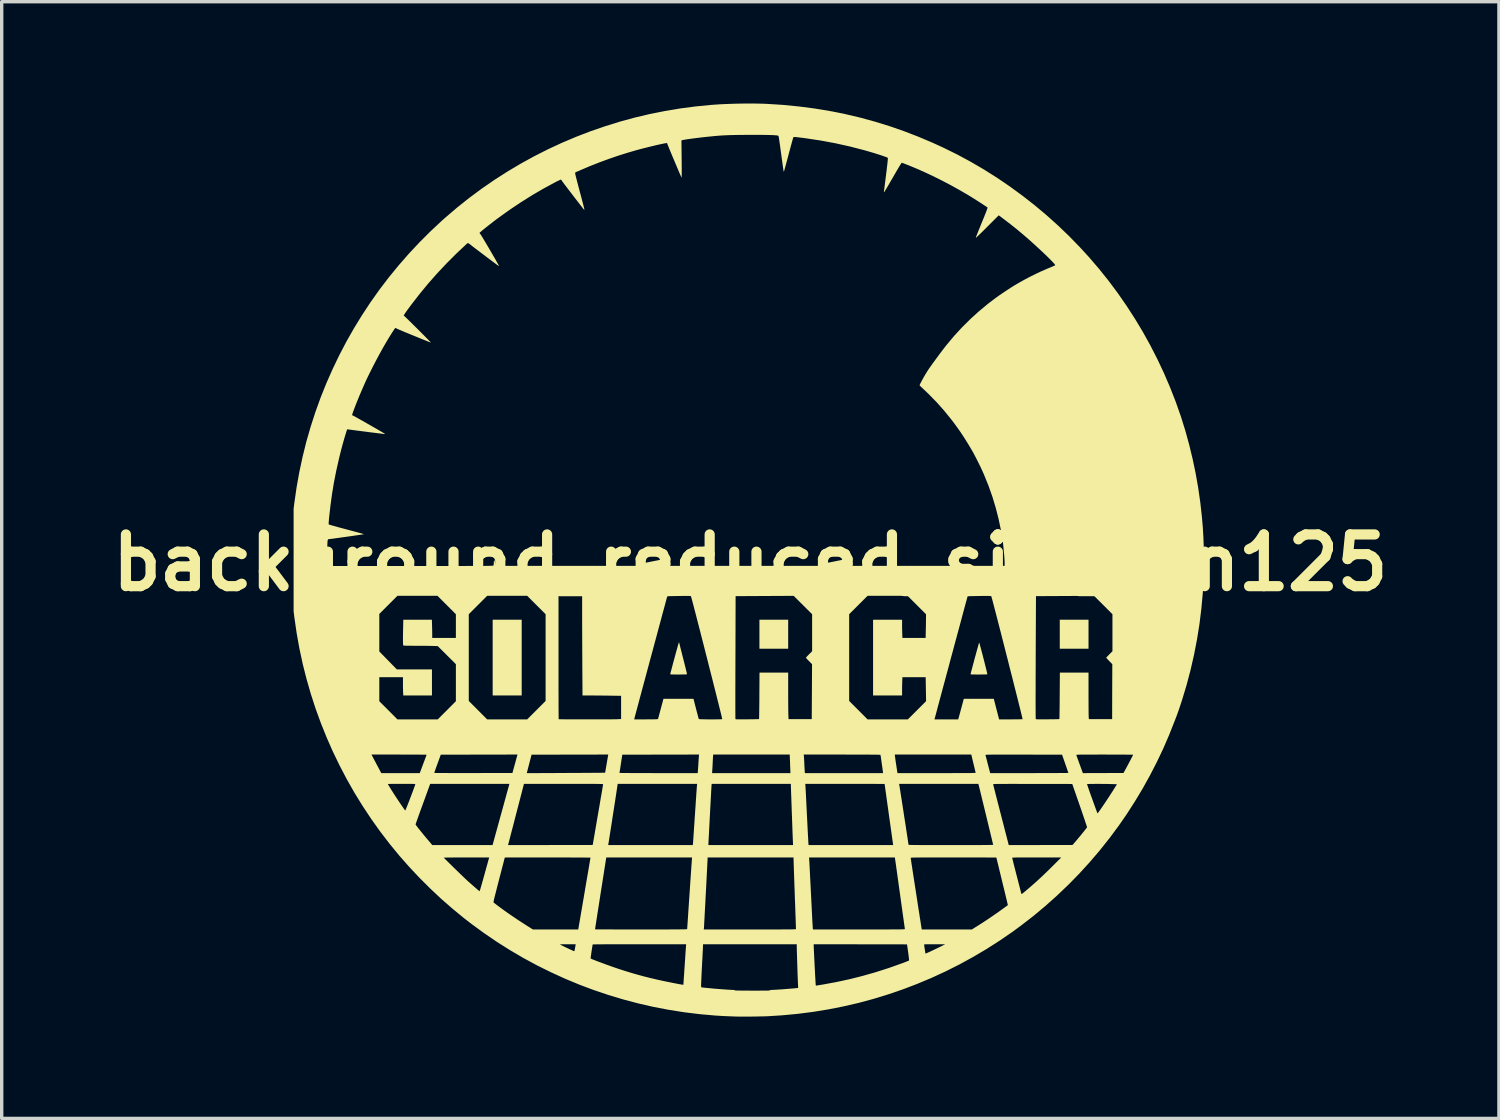
<source format=kicad_pcb>
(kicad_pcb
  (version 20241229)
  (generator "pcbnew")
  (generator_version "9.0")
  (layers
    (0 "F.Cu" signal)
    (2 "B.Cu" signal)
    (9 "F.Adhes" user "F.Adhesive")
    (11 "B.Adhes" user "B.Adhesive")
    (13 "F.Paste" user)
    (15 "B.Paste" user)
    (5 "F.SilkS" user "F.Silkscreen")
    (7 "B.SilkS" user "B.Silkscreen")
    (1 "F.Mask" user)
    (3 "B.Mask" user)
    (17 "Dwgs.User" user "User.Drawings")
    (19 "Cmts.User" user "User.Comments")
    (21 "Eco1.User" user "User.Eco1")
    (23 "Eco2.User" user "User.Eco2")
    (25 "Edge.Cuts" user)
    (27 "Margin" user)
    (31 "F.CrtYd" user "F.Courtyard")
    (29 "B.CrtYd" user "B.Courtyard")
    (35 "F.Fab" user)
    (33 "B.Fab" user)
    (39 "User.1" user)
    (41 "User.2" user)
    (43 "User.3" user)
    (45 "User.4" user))
  (footprint "background_reduced_silk_1in125"
    (layer "F.Cu")
    (at 19.057 13.531)
    (property "Reference" "background_reduced_silk_1in125" (at 0 0 0) (layer "F.SilkS") (effects (font (size 1.524 1.524) (thickness 0.3))))
    (attr board_only exclude_from_pos_files exclude_from_bom)
    (fp_poly (pts (xy -6.736 3.91) (xy -7.591 3.91) (xy -7.591 1.678) (xy -6.736 1.678)) (stroke (width 0) (type solid)) (fill yes) (layer "F.SilkS"))
    (fp_poly (pts (xy 1.116 2.533) (xy 0.269 2.533) (xy 0.269 1.678) (xy 1.116 1.678)) (stroke (width 0) (type solid)) (fill yes) (layer "F.SilkS"))
    (fp_poly (pts (xy 9.965 2.533) (xy 9.118 2.533) (xy 9.118 1.678) (xy 9.965 1.678)) (stroke (width 0) (type solid)) (fill yes) (layer "F.SilkS"))
    (fp_poly (pts (xy 6.746 2.355) (xy 6.752 2.375) (xy 6.762 2.407) (xy 6.773 2.45) (xy 6.787 2.502) (xy 6.803 2.561) (xy 6.82 2.627) (xy 6.839 2.696) (xy 6.857 2.768) (xy 6.876 2.841) (xy 6.895 2.914) (xy 6.912 2.984) (xy 6.929 3.051) (xy 6.945 3.113) (xy 6.958 3.167) (xy 6.969 3.214) (xy 6.977 3.25) (xy 6.983 3.275) (xy 6.984 3.286) (xy 6.984 3.286) (xy 6.976 3.288) (xy 6.953 3.289) (xy 6.919 3.291) (xy 6.874 3.292) (xy 6.822 3.292) (xy 6.763 3.293) (xy 6.735 3.293) (xy 6.666 3.293) (xy 6.611 3.292) (xy 6.569 3.292) (xy 6.537 3.291) (xy 6.515 3.29) (xy 6.501 3.288) (xy 6.494 3.285) (xy 6.491 3.282) (xy 6.49 3.281) (xy 6.493 3.27) (xy 6.498 3.247) (xy 6.507 3.211) (xy 6.519 3.166) (xy 6.534 3.111) (xy 6.55 3.05) (xy 6.568 2.983) (xy 6.587 2.912) (xy 6.606 2.839) (xy 6.626 2.766) (xy 6.646 2.694) (xy 6.665 2.624) (xy 6.683 2.559) (xy 6.699 2.5) (xy 6.714 2.448) (xy 6.726 2.405) (xy 6.735 2.374) (xy 6.741 2.354) (xy 6.743 2.349)) (stroke (width 0) (type solid)) (fill yes) (layer "F.SilkS"))
    (fp_poly (pts (xy -2.097 2.347) (xy -2.095 2.356) (xy -2.09 2.379) (xy -2.081 2.414) (xy -2.07 2.461) (xy -2.055 2.518) (xy -2.039 2.583) (xy -2.02 2.655) (xy -2.001 2.734) (xy -1.979 2.817) (xy -1.979 2.817) (xy -1.958 2.9) (xy -1.938 2.979) (xy -1.92 3.051) (xy -1.904 3.116) (xy -1.89 3.173) (xy -1.879 3.219) (xy -1.871 3.255) (xy -1.866 3.278) (xy -1.865 3.286) (xy -1.865 3.286) (xy -1.874 3.288) (xy -1.896 3.289) (xy -1.93 3.291) (xy -1.975 3.292) (xy -2.027 3.292) (xy -2.086 3.293) (xy -2.114 3.293) (xy -2.183 3.293) (xy -2.238 3.292) (xy -2.281 3.292) (xy -2.312 3.291) (xy -2.334 3.289) (xy -2.348 3.288) (xy -2.356 3.285) (xy -2.359 3.282) (xy -2.359 3.281) (xy -2.357 3.271) (xy -2.351 3.248) (xy -2.342 3.211) (xy -2.329 3.164) (xy -2.314 3.107) (xy -2.297 3.042) (xy -2.278 2.969) (xy -2.257 2.891) (xy -2.235 2.812) (xy -2.207 2.709) (xy -2.183 2.62) (xy -2.162 2.545) (xy -2.145 2.484) (xy -2.131 2.434) (xy -2.12 2.396) (xy -2.111 2.368) (xy -2.104 2.351) (xy -2.1 2.342) (xy -2.098 2.342)) (stroke (width 0) (type solid)) (fill yes) (layer "F.SilkS"))
    (fp_poly (pts (xy 0.207 -13.529) (xy 0.347 -13.526) (xy 0.476 -13.521) (xy 0.499 -13.52) (xy 0.968 -13.49) (xy 1.431 -13.444) (xy 1.889 -13.385) (xy 2.34 -13.31) (xy 2.786 -13.222) (xy 3.228 -13.118) (xy 3.665 -12.999) (xy 4.097 -12.866) (xy 4.526 -12.717) (xy 4.952 -12.553) (xy 5.374 -12.374) (xy 5.699 -12.225) (xy 6.102 -12.026) (xy 6.499 -11.812) (xy 6.889 -11.584) (xy 7.272 -11.342) (xy 7.647 -11.087) (xy 8.014 -10.819) (xy 8.372 -10.539) (xy 8.722 -10.246) (xy 9.061 -9.942) (xy 9.391 -9.626) (xy 9.71 -9.298) (xy 9.973 -9.011) (xy 10.267 -8.669) (xy 10.55 -8.316) (xy 10.822 -7.952) (xy 11.081 -7.579) (xy 11.328 -7.197) (xy 11.563 -6.807) (xy 11.784 -6.409) (xy 11.992 -6.003) (xy 12.186 -5.591) (xy 12.366 -5.173) (xy 12.532 -4.749) (xy 12.683 -4.321) (xy 12.693 -4.29) (xy 12.818 -3.889) (xy 12.931 -3.478) (xy 13.032 -3.06) (xy 13.121 -2.637) (xy 13.196 -2.21) (xy 13.258 -1.781) (xy 13.306 -1.352) (xy 13.333 -1.037) (xy 13.35 -0.747) (xy 13.361 -0.447) (xy 13.365 -0.142) (xy 13.363 0.164) (xy 13.355 0.467) (xy 13.341 0.762) (xy 13.333 0.879) (xy 13.291 1.34) (xy 13.235 1.8) (xy 13.162 2.257) (xy 13.074 2.711) (xy 12.971 3.161) (xy 12.853 3.608) (xy 12.719 4.051) (xy 12.624 4.338) (xy 12.606 4.387) (xy 12.59 4.432) (xy 12.576 4.472) (xy 12.565 4.502) (xy 12.558 4.52) (xy 12.557 4.524) (xy 12.55 4.539) (xy 12.54 4.566) (xy 12.526 4.602) (xy 12.511 4.643) (xy 12.503 4.662) (xy 12.343 5.067) (xy 12.169 5.47) (xy 11.979 5.87) (xy 11.776 6.264) (xy 11.56 6.653) (xy 11.331 7.034) (xy 11.091 7.407) (xy 10.859 7.743) (xy 10.586 8.111) (xy 10.301 8.47) (xy 10.003 8.819) (xy 9.694 9.158) (xy 9.373 9.486) (xy 9.041 9.803) (xy 8.699 10.109) (xy 8.347 10.403) (xy 7.984 10.684) (xy 7.734 10.868) (xy 7.354 11.129) (xy 6.967 11.377) (xy 6.573 11.61) (xy 6.172 11.83) (xy 5.763 12.036) (xy 5.349 12.227) (xy 4.928 12.404) (xy 4.502 12.567) (xy 4.07 12.715) (xy 3.634 12.849) (xy 3.193 12.968) (xy 2.747 13.071) (xy 2.297 13.16) (xy 1.844 13.234) (xy 1.387 13.292) (xy 0.928 13.335) (xy 0.514 13.361) (xy 0.462 13.363) (xy 0.398 13.365) (xy 0.324 13.366) (xy 0.243 13.368) (xy 0.157 13.37) (xy 0.069 13.371) (xy -0.018 13.372) (xy -0.102 13.373) (xy -0.181 13.373) (xy -0.252 13.373) (xy -0.313 13.373) (xy -0.361 13.372) (xy -0.368 13.372) (xy -0.45 13.369) (xy -0.541 13.366) (xy -0.637 13.362) (xy -0.735 13.358) (xy -0.83 13.353) (xy -0.918 13.348) (xy -0.997 13.343) (xy -1.033 13.341) (xy -1.493 13.3) (xy -1.95 13.244) (xy -2.404 13.172) (xy -2.854 13.086) (xy -3.3 12.984) (xy -3.742 12.867) (xy -4.179 12.736) (xy -4.611 12.59) (xy -4.922 12.474) (xy -1.45 12.474) (xy -1.449 12.483) (xy -1.444 12.51) (xy -1.357 12.52) (xy -1.289 12.527) (xy -1.213 12.534) (xy -1.13 12.542) (xy -1.043 12.55) (xy -0.955 12.557) (xy -0.867 12.564) (xy -0.782 12.57) (xy -0.703 12.576) (xy -0.631 12.58) (xy -0.57 12.584) (xy -0.52 12.586) (xy -0.503 12.586) (xy -0.474 12.587) (xy -0.457 12.589) (xy -0.454 12.591) (xy -0.459 12.592) (xy -0.474 12.595) (xy -0.477 12.597) (xy -0.467 12.599) (xy -0.447 12.601) (xy -0.43 12.603) (xy -0.399 12.604) (xy -0.355 12.605) (xy -0.302 12.605) (xy -0.239 12.606) (xy -0.169 12.607) (xy -0.095 12.607) (xy -0.017 12.607) (xy 0.062 12.608) (xy 0.142 12.608) (xy 0.219 12.608) (xy 0.292 12.607) (xy 0.36 12.607) (xy 0.42 12.606) (xy 0.471 12.606) (xy 0.511 12.605) (xy 0.539 12.604) (xy 0.546 12.603) (xy 0.577 12.6) (xy 0.594 12.598) (xy 0.597 12.596) (xy 0.589 12.593) (xy 0.586 12.592) (xy 0.576 12.59) (xy 0.581 12.588) (xy 0.601 12.587) (xy 0.621 12.586) (xy 0.661 12.585) (xy 0.714 12.582) (xy 0.778 12.579) (xy 0.85 12.574) (xy 0.929 12.569) (xy 1.011 12.563) (xy 1.094 12.556) (xy 1.176 12.549) (xy 1.255 12.543) (xy 1.327 12.536) (xy 1.36 12.533) (xy 1.41 12.527) (xy 1.405 12.424) (xy 1.403 12.378) (xy 1.401 12.321) (xy 1.398 12.254) (xy 1.395 12.179) (xy 1.392 12.099) (xy 1.389 12.014) (xy 1.386 11.927) (xy 1.384 11.84) (xy 1.381 11.754) (xy 1.378 11.671) (xy 1.376 11.593) (xy 1.374 11.522) (xy 1.372 11.459) (xy 1.37 11.407) (xy 1.37 11.367) (xy 1.369 11.341) (xy 1.369 11.341) (xy 1.369 11.24) (xy -1.393 11.24) (xy -1.393 11.273) (xy -1.394 11.287) (xy -1.395 11.314) (xy -1.397 11.355) (xy -1.399 11.408) (xy -1.403 11.471) (xy -1.406 11.543) (xy -1.41 11.623) (xy -1.415 11.71) (xy -1.42 11.801) (xy -1.424 11.882) (xy -1.429 11.976) (xy -1.434 12.067) (xy -1.438 12.152) (xy -1.441 12.23) (xy -1.444 12.3) (xy -1.447 12.361) (xy -1.449 12.411) (xy -1.45 12.449) (xy -1.45 12.474) (xy -4.922 12.474) (xy -5.038 12.43) (xy -5.459 12.255) (xy -5.873 12.066) (xy -6.282 11.864) (xy -6.672 11.653) (xy -4.704 11.653) (xy -4.704 11.66) (xy -4.692 11.666) (xy -4.667 11.678) (xy -4.63 11.693) (xy -4.582 11.712) (xy -4.526 11.734) (xy -4.463 11.758) (xy -4.394 11.783) (xy -4.322 11.81) (xy -4.246 11.838) (xy -4.17 11.865) (xy -4.095 11.892) (xy -4.021 11.918) (xy -3.951 11.942) (xy -3.887 11.964) (xy -3.851 11.976) (xy -3.663 12.036) (xy -3.482 12.091) (xy -3.304 12.142) (xy -3.126 12.19) (xy -2.946 12.235) (xy -2.759 12.279) (xy -2.565 12.322) (xy -2.359 12.364) (xy -2.264 12.383) (xy -2.188 12.398) (xy -2.127 12.409) (xy -2.079 12.419) (xy -2.041 12.425) (xy -2.014 12.43) (xy -1.994 12.432) (xy -1.982 12.433) (xy -1.975 12.432) (xy -1.971 12.43) (xy -1.971 12.427) (xy -1.97 12.417) (xy -1.969 12.393) (xy -1.967 12.356) (xy -1.963 12.307) (xy -1.96 12.25) (xy -1.955 12.184) (xy -1.95 12.112) (xy -1.945 12.035) (xy -1.94 11.954) (xy -1.934 11.872) (xy -1.929 11.79) (xy -1.923 11.709) (xy -1.918 11.631) (xy -1.913 11.557) (xy -1.909 11.489) (xy -1.904 11.429) (xy -1.901 11.378) (xy -1.898 11.338) (xy -1.896 11.31) (xy -1.895 11.297) (xy -1.89 11.24) (xy -3.268 11.24) (xy -3.468 11.24) (xy -3.652 11.24) (xy -3.821 11.24) (xy -3.974 11.24) (xy -4.111 11.241) (xy -4.233 11.241) (xy -4.339 11.242) (xy -4.43 11.243) (xy -4.504 11.243) (xy -4.563 11.244) (xy -4.607 11.245) (xy -4.634 11.246) (xy -4.646 11.247) (xy -4.646 11.248) (xy -4.647 11.257) (xy -4.651 11.28) (xy -4.656 11.315) (xy -4.663 11.358) (xy -4.671 11.409) (xy -4.678 11.455) (xy -4.686 11.509) (xy -4.693 11.558) (xy -4.699 11.6) (xy -4.703 11.632) (xy -4.704 11.653) (xy -6.672 11.653) (xy -6.683 11.647) (xy -7.077 11.416) (xy -7.345 11.247) (xy -5.608 11.247) (xy -5.598 11.253) (xy -5.576 11.264) (xy -5.545 11.28) (xy -5.506 11.299) (xy -5.462 11.321) (xy -5.415 11.343) (xy -5.367 11.366) (xy -5.321 11.388) (xy -5.279 11.407) (xy -5.242 11.424) (xy -5.214 11.437) (xy -5.197 11.444) (xy -5.192 11.445) (xy -5.186 11.442) (xy -5.18 11.429) (xy -5.174 11.406) (xy -5.167 11.37) (xy -5.166 11.36) (xy -5.159 11.324) (xy -5.154 11.291) (xy -5.149 11.267) (xy -5.147 11.257) (xy -5.143 11.24) (xy -5.379 11.24) (xy -5.45 11.24) (xy -5.509 11.241) (xy -5.554 11.242) (xy -5.587 11.243) (xy -5.604 11.245) (xy -5.608 11.247) (xy -7.345 11.247) (xy -7.357 11.24) (xy 1.868 11.24) (xy 1.868 11.286) (xy 1.868 11.305) (xy 1.87 11.337) (xy 1.871 11.381) (xy 1.874 11.435) (xy 1.877 11.498) (xy 1.88 11.568) (xy 1.884 11.644) (xy 1.888 11.724) (xy 1.892 11.806) (xy 1.896 11.89) (xy 1.901 11.973) (xy 1.905 12.054) (xy 1.909 12.131) (xy 1.913 12.204) (xy 1.917 12.269) (xy 1.92 12.327) (xy 1.923 12.375) (xy 1.925 12.411) (xy 1.927 12.435) (xy 1.928 12.445) (xy 1.935 12.456) (xy 1.94 12.459) (xy 1.95 12.457) (xy 1.973 12.454) (xy 2.007 12.448) (xy 2.051 12.441) (xy 2.101 12.433) (xy 2.14 12.427) (xy 2.536 12.354) (xy 2.925 12.27) (xy 3.31 12.173) (xy 3.693 12.064) (xy 4.077 11.941) (xy 4.464 11.804) (xy 4.492 11.794) (xy 4.542 11.775) (xy 4.587 11.757) (xy 4.624 11.742) (xy 4.653 11.73) (xy 4.671 11.722) (xy 4.675 11.72) (xy 4.677 11.712) (xy 4.677 11.694) (xy 4.674 11.665) (xy 4.67 11.624) (xy 4.663 11.569) (xy 4.654 11.501) (xy 4.651 11.477) (xy 4.619 11.252) (xy 5.121 11.252) (xy 5.122 11.264) (xy 5.125 11.288) (xy 5.13 11.321) (xy 5.136 11.359) (xy 5.142 11.398) (xy 5.147 11.435) (xy 5.153 11.467) (xy 5.156 11.49) (xy 5.157 11.495) (xy 5.162 11.516) (xy 5.199 11.501) (xy 5.217 11.494) (xy 5.246 11.48) (xy 5.285 11.463) (xy 5.33 11.442) (xy 5.379 11.419) (xy 5.402 11.408) (xy 5.456 11.382) (xy 5.511 11.356) (xy 5.564 11.33) (xy 5.611 11.307) (xy 5.648 11.289) (xy 5.655 11.285) (xy 5.743 11.24) (xy 5.432 11.24) (xy 5.353 11.24) (xy 5.289 11.24) (xy 5.237 11.24) (xy 5.197 11.241) (xy 5.167 11.242) (xy 5.146 11.243) (xy 5.133 11.245) (xy 5.125 11.247) (xy 5.122 11.25) (xy 5.121 11.252) (xy 4.619 11.252) (xy 4.618 11.244) (xy 1.868 11.24) (xy -7.357 11.24) (xy -7.464 11.172) (xy -7.843 10.914) (xy -8.213 10.643) (xy -8.45 10.46) (xy -8.784 10.185) (xy -8.994 10.001) (xy -7.566 10.001) (xy -7.566 10.008) (xy -7.565 10.009) (xy -7.552 10.02) (xy -7.528 10.038) (xy -7.496 10.063) (xy -7.457 10.093) (xy -7.413 10.126) (xy -7.366 10.16) (xy -7.319 10.195) (xy -7.273 10.228) (xy -7.231 10.259) (xy -7.203 10.279) (xy -7.122 10.336) (xy -7.031 10.398) (xy -6.932 10.465) (xy -6.831 10.533) (xy -6.728 10.6) (xy -6.629 10.664) (xy -6.574 10.699) (xy -6.407 10.804) (xy -5.739 10.804) (xy -5.07 10.804) (xy -5.069 10.801) (xy -4.575 10.801) (xy -4.567 10.801) (xy -4.544 10.802) (xy -4.507 10.802) (xy -4.457 10.802) (xy -4.394 10.803) (xy -4.319 10.803) (xy -4.233 10.803) (xy -4.137 10.803) (xy -4.032 10.804) (xy -3.918 10.804) (xy -3.797 10.804) (xy -3.668 10.804) (xy -3.534 10.804) (xy -3.394 10.804) (xy -3.249 10.804) (xy -3.218 10.804) (xy -1.371 10.804) (xy -0.013 10.804) (xy 0.159 10.804) (xy 0.316 10.804) (xy 0.458 10.804) (xy 0.587 10.804) (xy 0.703 10.804) (xy 0.806 10.804) (xy 0.898 10.804) (xy 0.978 10.803) (xy 1.049 10.803) (xy 1.109 10.803) (xy 1.161 10.802) (xy 1.205 10.802) (xy 1.241 10.801) (xy 1.271 10.8) (xy 1.294 10.799) (xy 1.312 10.798) (xy 1.325 10.797) (xy 1.335 10.796) (xy 1.341 10.795) (xy 1.344 10.793) (xy 1.345 10.791) (xy 1.346 10.79) (xy 1.345 10.781) (xy 1.344 10.756) (xy 1.343 10.718) (xy 1.341 10.667) (xy 1.339 10.604) (xy 1.337 10.529) (xy 1.334 10.445) (xy 1.33 10.352) (xy 1.327 10.25) (xy 1.323 10.142) (xy 1.319 10.027) (xy 1.314 9.907) (xy 1.31 9.783) (xy 1.306 9.658) (xy 1.301 9.536) (xy 1.297 9.42) (xy 1.293 9.309) (xy 1.29 9.205) (xy 1.286 9.108) (xy 1.283 9.021) (xy 1.281 8.943) (xy 1.278 8.876) (xy 1.277 8.821) (xy 1.275 8.778) (xy 1.275 8.75) (xy 1.274 8.736) (xy 1.274 8.683) (xy 1.731 8.683) (xy 1.736 8.756) (xy 1.737 8.774) (xy 1.739 8.806) (xy 1.742 8.851) (xy 1.745 8.91) (xy 1.748 8.979) (xy 1.753 9.06) (xy 1.757 9.15) (xy 1.762 9.248) (xy 1.767 9.353) (xy 1.773 9.465) (xy 1.779 9.581) (xy 1.785 9.702) (xy 1.789 9.779) (xy 1.795 9.901) (xy 1.801 10.019) (xy 1.807 10.132) (xy 1.812 10.24) (xy 1.817 10.34) (xy 1.822 10.432) (xy 1.826 10.515) (xy 1.83 10.588) (xy 1.834 10.65) (xy 1.837 10.7) (xy 1.839 10.737) (xy 1.84 10.76) (xy 1.841 10.767) (xy 1.846 10.804) (xy 3.202 10.804) (xy 3.374 10.804) (xy 3.53 10.804) (xy 3.673 10.804) (xy 3.801 10.804) (xy 3.917 10.804) (xy 4.02 10.804) (xy 4.111 10.804) (xy 4.192 10.803) (xy 4.262 10.803) (xy 4.323 10.803) (xy 4.374 10.802) (xy 4.418 10.802) (xy 4.454 10.801) (xy 4.483 10.8) (xy 4.506 10.799) (xy 4.524 10.798) (xy 4.537 10.797) (xy 4.545 10.796) (xy 4.551 10.795) (xy 4.554 10.793) (xy 4.555 10.791) (xy 4.555 10.79) (xy 4.553 10.781) (xy 4.55 10.757) (xy 4.544 10.719) (xy 4.537 10.668) (xy 4.528 10.605) (xy 4.518 10.531) (xy 4.506 10.448) (xy 4.493 10.355) (xy 4.479 10.253) (xy 4.464 10.145) (xy 4.448 10.03) (xy 4.431 9.909) (xy 4.414 9.785) (xy 4.409 9.748) (xy 4.391 9.622) (xy 4.374 9.5) (xy 4.358 9.383) (xy 4.342 9.272) (xy 4.328 9.168) (xy 4.315 9.073) (xy 4.302 8.986) (xy 4.292 8.908) (xy 4.282 8.842) (xy 4.274 8.787) (xy 4.268 8.745) (xy 4.264 8.716) (xy 4.262 8.702) (xy 4.262 8.701) (xy 4.261 8.696) (xy 4.725 8.696) (xy 4.727 8.705) (xy 4.73 8.728) (xy 4.736 8.765) (xy 4.743 8.815) (xy 4.752 8.875) (xy 4.763 8.945) (xy 4.775 9.025) (xy 4.788 9.112) (xy 4.803 9.206) (xy 4.818 9.306) (xy 4.834 9.41) (xy 4.851 9.517) (xy 4.868 9.627) (xy 4.885 9.738) (xy 4.902 9.848) (xy 4.919 9.958) (xy 4.935 10.065) (xy 4.951 10.169) (xy 4.967 10.269) (xy 4.982 10.363) (xy 4.995 10.451) (xy 5.008 10.53) (xy 5.019 10.601) (xy 5.028 10.661) (xy 5.036 10.711) (xy 5.042 10.748) (xy 5.046 10.772) (xy 5.047 10.78) (xy 5.052 10.804) (xy 6.529 10.804) (xy 6.702 10.696) (xy 6.85 10.602) (xy 7 10.503) (xy 7.154 10.398) (xy 7.315 10.286) (xy 7.483 10.165) (xy 7.589 10.088) (xy 7.587 10.08) (xy 7.582 10.058) (xy 7.574 10.023) (xy 7.563 9.976) (xy 7.549 9.917) (xy 7.532 9.849) (xy 7.514 9.771) (xy 7.493 9.686) (xy 7.471 9.595) (xy 7.447 9.497) (xy 7.422 9.395) (xy 7.421 9.389) (xy 7.396 9.286) (xy 7.372 9.188) (xy 7.349 9.096) (xy 7.329 9.011) (xy 7.31 8.932) (xy 7.293 8.863) (xy 7.278 8.804) (xy 7.267 8.756) (xy 7.258 8.719) (xy 7.253 8.698) (xy 7.717 8.698) (xy 7.719 8.708) (xy 7.725 8.732) (xy 7.734 8.768) (xy 7.746 8.816) (xy 7.76 8.875) (xy 7.777 8.942) (xy 7.797 9.017) (xy 7.817 9.098) (xy 7.839 9.184) (xy 7.852 9.232) (xy 7.875 9.32) (xy 7.896 9.403) (xy 7.916 9.481) (xy 7.934 9.551) (xy 7.95 9.613) (xy 7.964 9.666) (xy 7.974 9.707) (xy 7.982 9.737) (xy 7.986 9.753) (xy 7.986 9.756) (xy 7.99 9.76) (xy 8.001 9.756) (xy 8.021 9.743) (xy 8.05 9.721) (xy 8.089 9.688) (xy 8.096 9.683) (xy 8.262 9.541) (xy 8.427 9.396) (xy 8.592 9.244) (xy 8.76 9.083) (xy 8.934 8.911) (xy 8.944 8.901) (xy 9.162 8.683) (xy 8.44 8.683) (xy 8.316 8.683) (xy 8.208 8.683) (xy 8.113 8.683) (xy 8.032 8.683) (xy 7.962 8.684) (xy 7.904 8.684) (xy 7.856 8.684) (xy 7.816 8.685) (xy 7.785 8.686) (xy 7.762 8.687) (xy 7.744 8.688) (xy 7.732 8.689) (xy 7.724 8.691) (xy 7.72 8.693) (xy 7.718 8.695) (xy 7.717 8.698) (xy 7.253 8.698) (xy 7.252 8.696) (xy 7.25 8.687) (xy 7.25 8.687) (xy 7.243 8.686) (xy 7.22 8.686) (xy 7.183 8.686) (xy 7.133 8.685) (xy 7.07 8.685) (xy 6.996 8.685) (xy 6.91 8.684) (xy 6.815 8.684) (xy 6.711 8.684) (xy 6.599 8.684) (xy 6.479 8.683) (xy 6.352 8.683) (xy 6.22 8.683) (xy 6.083 8.683) (xy 5.988 8.683) (xy 5.822 8.683) (xy 5.671 8.683) (xy 5.534 8.683) (xy 5.411 8.683) (xy 5.301 8.683) (xy 5.204 8.684) (xy 5.117 8.684) (xy 5.042 8.684) (xy 4.977 8.685) (xy 4.921 8.685) (xy 4.874 8.686) (xy 4.835 8.686) (xy 4.804 8.687) (xy 4.778 8.688) (xy 4.759 8.689) (xy 4.745 8.69) (xy 4.735 8.691) (xy 4.729 8.693) (xy 4.726 8.694) (xy 4.725 8.696) (xy 4.261 8.696) (xy 4.258 8.683) (xy 1.731 8.683) (xy 1.274 8.683) (xy -1.259 8.683) (xy -1.259 8.71) (xy -1.259 8.724) (xy -1.26 8.751) (xy -1.262 8.792) (xy -1.265 8.846) (xy -1.268 8.91) (xy -1.272 8.985) (xy -1.276 9.068) (xy -1.281 9.159) (xy -1.286 9.256) (xy -1.291 9.358) (xy -1.296 9.465) (xy -1.302 9.574) (xy -1.308 9.685) (xy -1.314 9.796) (xy -1.32 9.907) (xy -1.325 10.016) (xy -1.331 10.122) (xy -1.337 10.223) (xy -1.342 10.32) (xy -1.347 10.41) (xy -1.351 10.492) (xy -1.355 10.565) (xy -1.359 10.628) (xy -1.361 10.68) (xy -1.364 10.719) (xy -1.365 10.745) (xy -1.366 10.755) (xy -1.371 10.804) (xy -3.218 10.804) (xy -3.043 10.804) (xy -2.883 10.804) (xy -2.738 10.804) (xy -2.607 10.804) (xy -2.489 10.804) (xy -2.383 10.804) (xy -2.29 10.803) (xy -2.207 10.803) (xy -2.136 10.803) (xy -2.074 10.802) (xy -2.022 10.801) (xy -1.978 10.801) (xy -1.942 10.8) (xy -1.914 10.799) (xy -1.892 10.798) (xy -1.877 10.797) (xy -1.867 10.796) (xy -1.861 10.795) (xy -1.86 10.793) (xy -1.86 10.784) (xy -1.858 10.76) (xy -1.856 10.722) (xy -1.852 10.672) (xy -1.848 10.61) (xy -1.843 10.539) (xy -1.838 10.459) (xy -1.832 10.37) (xy -1.826 10.276) (xy -1.819 10.176) (xy -1.812 10.071) (xy -1.805 9.963) (xy -1.797 9.853) (xy -1.79 9.743) (xy -1.782 9.632) (xy -1.775 9.523) (xy -1.768 9.417) (xy -1.761 9.314) (xy -1.754 9.216) (xy -1.748 9.124) (xy -1.742 9.039) (xy -1.737 8.962) (xy -1.732 8.895) (xy -1.728 8.838) (xy -1.725 8.793) (xy -1.723 8.761) (xy -1.721 8.743) (xy -1.721 8.74) (xy -1.716 8.683) (xy -4.242 8.683) (xy -4.246 8.701) (xy -4.248 8.71) (xy -4.252 8.734) (xy -4.258 8.771) (xy -4.266 8.82) (xy -4.275 8.881) (xy -4.286 8.952) (xy -4.299 9.031) (xy -4.312 9.118) (xy -4.327 9.212) (xy -4.343 9.312) (xy -4.359 9.416) (xy -4.376 9.524) (xy -4.393 9.633) (xy -4.411 9.744) (xy -4.428 9.855) (xy -4.445 9.965) (xy -4.462 10.073) (xy -4.478 10.178) (xy -4.494 10.278) (xy -4.509 10.373) (xy -4.522 10.461) (xy -4.535 10.541) (xy -4.546 10.613) (xy -4.556 10.675) (xy -4.564 10.726) (xy -4.569 10.764) (xy -4.573 10.79) (xy -4.575 10.801) (xy -4.575 10.801) (xy -5.069 10.801) (xy -4.889 9.75) (xy -4.868 9.623) (xy -4.847 9.5) (xy -4.827 9.382) (xy -4.808 9.271) (xy -4.79 9.166) (xy -4.773 9.07) (xy -4.758 8.982) (xy -4.745 8.904) (xy -4.734 8.837) (xy -4.724 8.781) (xy -4.717 8.737) (xy -4.712 8.707) (xy -4.71 8.691) (xy -4.709 8.689) (xy -4.717 8.688) (xy -4.74 8.688) (xy -4.776 8.687) (xy -4.825 8.687) (xy -4.886 8.686) (xy -4.957 8.686) (xy -5.039 8.686) (xy -5.129 8.685) (xy -5.226 8.685) (xy -5.33 8.684) (xy -5.44 8.684) (xy -5.555 8.684) (xy -5.672 8.684) (xy -5.793 8.683) (xy -5.915 8.683) (xy -6.037 8.683) (xy -6.159 8.683) (xy -6.279 8.683) (xy -6.397 8.683) (xy -6.511 8.683) (xy -6.62 8.683) (xy -6.724 8.683) (xy -6.821 8.683) (xy -6.911 8.683) (xy -6.991 8.684) (xy -7.062 8.684) (xy -7.122 8.684) (xy -7.171 8.684) (xy -7.206 8.685) (xy -7.228 8.685) (xy -7.235 8.686) (xy -7.236 8.694) (xy -7.242 8.716) (xy -7.251 8.751) (xy -7.263 8.798) (xy -7.278 8.856) (xy -7.296 8.924) (xy -7.316 9.001) (xy -7.337 9.085) (xy -7.361 9.175) (xy -7.386 9.27) (xy -7.405 9.344) (xy -7.436 9.464) (xy -7.463 9.568) (xy -7.486 9.66) (xy -7.506 9.738) (xy -7.523 9.805) (xy -7.537 9.86) (xy -7.548 9.905) (xy -7.556 9.941) (xy -7.561 9.969) (xy -7.565 9.988) (xy -7.566 10.001) (xy -8.994 10.001) (xy -9.113 9.897) (xy -9.433 9.596) (xy -9.745 9.285) (xy -10.046 8.965) (xy -10.289 8.69) (xy -9.03 8.69) (xy -9.024 8.697) (xy -9.007 8.715) (xy -8.981 8.741) (xy -8.948 8.774) (xy -8.908 8.814) (xy -8.862 8.859) (xy -8.812 8.908) (xy -8.76 8.96) (xy -8.705 9.013) (xy -8.65 9.067) (xy -8.595 9.12) (xy -8.542 9.171) (xy -8.492 9.219) (xy -8.447 9.263) (xy -8.406 9.302) (xy -8.372 9.334) (xy -8.346 9.358) (xy -8.339 9.365) (xy -8.27 9.426) (xy -8.206 9.483) (xy -8.148 9.534) (xy -8.097 9.578) (xy -8.054 9.616) (xy -8.019 9.645) (xy -7.994 9.665) (xy -7.979 9.676) (xy -7.975 9.677) (xy -7.972 9.67) (xy -7.965 9.648) (xy -7.954 9.614) (xy -7.941 9.568) (xy -7.925 9.512) (xy -7.906 9.447) (xy -7.886 9.375) (xy -7.864 9.297) (xy -7.841 9.214) (xy -7.836 9.197) (xy -7.813 9.113) (xy -7.791 9.032) (xy -7.77 8.957) (xy -7.751 8.89) (xy -7.735 8.83) (xy -7.721 8.78) (xy -7.71 8.741) (xy -7.702 8.714) (xy -7.699 8.702) (xy -7.698 8.701) (xy -7.693 8.683) (xy -8.363 8.683) (xy -8.464 8.683) (xy -8.561 8.683) (xy -8.651 8.684) (xy -8.735 8.684) (xy -8.811 8.685) (xy -8.877 8.685) (xy -8.933 8.686) (xy -8.977 8.687) (xy -9.009 8.688) (xy -9.026 8.689) (xy -9.03 8.69) (xy -10.289 8.69) (xy -10.335 8.638) (xy -10.597 8.319) (xy -7.138 8.319) (xy -7.108 8.319) (xy -4.188 8.319) (xy -1.695 8.319) (xy -1.692 8.297) (xy -1.235 8.297) (xy -1.235 8.319) (xy 1.26 8.319) (xy 1.255 8.214) (xy 1.254 8.189) (xy 1.252 8.151) (xy 1.25 8.101) (xy 1.248 8.039) (xy 1.245 7.968) (xy 1.242 7.889) (xy 1.239 7.803) (xy 1.236 7.711) (xy 1.232 7.615) (xy 1.229 7.516) (xy 1.225 7.415) (xy 1.221 7.314) (xy 1.218 7.213) (xy 1.214 7.116) (xy 1.211 7.021) (xy 1.208 6.932) (xy 1.205 6.849) (xy 1.202 6.773) (xy 1.2 6.706) (xy 1.198 6.65) (xy 1.197 6.604) (xy 1.196 6.572) (xy 1.195 6.554) (xy 1.195 6.552) (xy 1.195 6.514) (xy 1.62 6.514) (xy 1.625 6.591) (xy 1.627 6.61) (xy 1.628 6.643) (xy 1.631 6.69) (xy 1.634 6.749) (xy 1.638 6.819) (xy 1.642 6.899) (xy 1.646 6.988) (xy 1.651 7.084) (xy 1.656 7.186) (xy 1.661 7.293) (xy 1.667 7.405) (xy 1.67 7.468) (xy 1.676 7.58) (xy 1.681 7.687) (xy 1.686 7.789) (xy 1.691 7.885) (xy 1.696 7.974) (xy 1.7 8.054) (xy 1.704 8.124) (xy 1.707 8.184) (xy 1.71 8.232) (xy 1.712 8.267) (xy 1.713 8.288) (xy 1.714 8.293) (xy 1.718 8.319) (xy 4.211 8.319) (xy 4.207 8.301) (xy 4.206 8.292) (xy 4.202 8.268) (xy 4.197 8.231) (xy 4.19 8.182) (xy 4.181 8.122) (xy 4.172 8.053) (xy 4.161 7.975) (xy 4.149 7.89) (xy 4.136 7.799) (xy 4.123 7.704) (xy 4.109 7.605) (xy 4.094 7.503) (xy 4.08 7.401) (xy 4.066 7.298) (xy 4.052 7.197) (xy 4.038 7.099) (xy 4.025 7.004) (xy 4.012 6.914) (xy 4.001 6.83) (xy 3.99 6.754) (xy 3.981 6.686) (xy 3.972 6.628) (xy 3.966 6.581) (xy 3.961 6.546) (xy 3.958 6.524) (xy 3.958 6.518) (xy 3.95 6.517) (xy 3.927 6.517) (xy 3.89 6.517) (xy 3.84 6.516) (xy 3.778 6.516) (xy 3.704 6.516) (xy 3.62 6.515) (xy 3.525 6.515) (xy 3.422 6.515) (xy 3.311 6.515) (xy 3.193 6.514) (xy 3.069 6.514) (xy 2.939 6.514) (xy 2.805 6.514) (xy 4.384 6.514) (xy 4.388 6.536) (xy 4.39 6.547) (xy 4.394 6.573) (xy 4.401 6.611) (xy 4.408 6.662) (xy 4.418 6.723) (xy 4.429 6.793) (xy 4.441 6.872) (xy 4.455 6.957) (xy 4.469 7.048) (xy 4.484 7.144) (xy 4.499 7.243) (xy 4.515 7.345) (xy 4.53 7.447) (xy 4.546 7.549) (xy 4.562 7.649) (xy 4.577 7.747) (xy 4.591 7.841) (xy 4.605 7.93) (xy 4.617 8.012) (xy 4.629 8.087) (xy 4.639 8.153) (xy 4.647 8.209) (xy 4.654 8.253) (xy 4.659 8.286) (xy 4.662 8.305) (xy 4.662 8.309) (xy 4.665 8.31) (xy 4.674 8.312) (xy 4.689 8.313) (xy 4.712 8.314) (xy 4.743 8.315) (xy 4.783 8.315) (xy 4.831 8.316) (xy 4.89 8.317) (xy 4.959 8.317) (xy 5.039 8.318) (xy 5.13 8.318) (xy 5.234 8.318) (xy 5.351 8.319) (xy 5.481 8.319) (xy 5.626 8.319) (xy 5.785 8.319) (xy 5.909 8.319) (xy 6.083 8.319) (xy 6.242 8.319) (xy 6.387 8.319) (xy 6.517 8.318) (xy 6.633 8.318) (xy 6.736 8.318) (xy 6.827 8.317) (xy 6.905 8.317) (xy 6.971 8.316) (xy 7.027 8.315) (xy 7.072 8.315) (xy 7.106 8.314) (xy 7.131 8.313) (xy 7.147 8.312) (xy 7.155 8.31) (xy 7.155 8.31) (xy 7.154 8.301) (xy 7.148 8.279) (xy 7.14 8.243) (xy 7.128 8.196) (xy 7.115 8.137) (xy 7.098 8.07) (xy 7.08 7.994) (xy 7.06 7.911) (xy 7.038 7.822) (xy 7.016 7.728) (xy 6.992 7.631) (xy 6.968 7.531) (xy 6.944 7.43) (xy 6.919 7.329) (xy 6.895 7.229) (xy 6.871 7.131) (xy 6.848 7.037) (xy 6.826 6.948) (xy 6.806 6.864) (xy 6.787 6.787) (xy 6.771 6.719) (xy 6.756 6.66) (xy 6.744 6.611) (xy 6.735 6.575) (xy 6.729 6.551) (xy 6.727 6.544) (xy 6.723 6.527) (xy 7.155 6.527) (xy 7.157 6.536) (xy 7.163 6.56) (xy 7.172 6.596) (xy 7.184 6.646) (xy 7.2 6.706) (xy 7.218 6.777) (xy 7.238 6.858) (xy 7.261 6.946) (xy 7.286 7.043) (xy 7.312 7.145) (xy 7.34 7.254) (xy 7.369 7.366) (xy 7.378 7.399) (xy 7.407 7.514) (xy 7.436 7.624) (xy 7.463 7.729) (xy 7.488 7.828) (xy 7.512 7.921) (xy 7.534 8.005) (xy 7.554 8.081) (xy 7.57 8.146) (xy 7.585 8.201) (xy 7.595 8.243) (xy 7.603 8.272) (xy 7.607 8.288) (xy 7.607 8.289) (xy 7.615 8.319) (xy 9.494 8.315) (xy 9.58 8.216) (xy 9.607 8.184) (xy 9.64 8.146) (xy 9.675 8.103) (xy 9.713 8.057) (xy 9.752 8.011) (xy 9.789 7.964) (xy 9.825 7.92) (xy 9.857 7.88) (xy 9.884 7.846) (xy 9.905 7.819) (xy 9.918 7.801) (xy 9.922 7.794) (xy 9.92 7.786) (xy 9.913 7.763) (xy 9.902 7.728) (xy 9.886 7.681) (xy 9.867 7.623) (xy 9.845 7.556) (xy 9.819 7.481) (xy 9.791 7.399) (xy 9.761 7.31) (xy 9.729 7.217) (xy 9.706 7.151) (xy 9.487 6.521) (xy 9.922 6.521) (xy 9.924 6.53) (xy 9.931 6.552) (xy 9.942 6.586) (xy 9.957 6.631) (xy 9.976 6.686) (xy 9.998 6.748) (xy 10.022 6.817) (xy 10.049 6.892) (xy 10.068 6.943) (xy 10.101 7.036) (xy 10.13 7.114) (xy 10.153 7.181) (xy 10.173 7.235) (xy 10.189 7.279) (xy 10.202 7.314) (xy 10.212 7.34) (xy 10.219 7.359) (xy 10.224 7.372) (xy 10.228 7.38) (xy 10.23 7.383) (xy 10.231 7.384) (xy 10.232 7.383) (xy 10.233 7.382) (xy 10.234 7.381) (xy 10.241 7.373) (xy 10.255 7.355) (xy 10.274 7.329) (xy 10.298 7.296) (xy 10.312 7.276) (xy 10.367 7.196) (xy 10.429 7.105) (xy 10.493 7.009) (xy 10.559 6.91) (xy 10.623 6.811) (xy 10.683 6.718) (xy 10.699 6.692) (xy 10.803 6.526) (xy 10.659 6.521) (xy 10.605 6.52) (xy 10.544 6.518) (xy 10.477 6.517) (xy 10.408 6.516) (xy 10.336 6.516) (xy 10.266 6.515) (xy 10.197 6.515) (xy 10.132 6.516) (xy 10.072 6.516) (xy 10.02 6.517) (xy 9.978 6.518) (xy 9.946 6.519) (xy 9.927 6.52) (xy 9.922 6.521) (xy 9.487 6.521) (xy 9.486 6.518) (xy 8.321 6.516) (xy 8.161 6.516) (xy 8.017 6.516) (xy 7.887 6.516) (xy 7.771 6.515) (xy 7.667 6.515) (xy 7.576 6.516) (xy 7.496 6.516) (xy 7.427 6.516) (xy 7.367 6.516) (xy 7.317 6.517) (xy 7.275 6.517) (xy 7.241 6.518) (xy 7.214 6.519) (xy 7.193 6.52) (xy 7.178 6.521) (xy 7.167 6.522) (xy 7.16 6.523) (xy 7.156 6.525) (xy 7.155 6.527) (xy 7.155 6.527) (xy 6.723 6.527) (xy 6.719 6.514) (xy 4.384 6.514) (xy 2.805 6.514) (xy 1.62 6.514) (xy 1.195 6.514) (xy -1.138 6.514) (xy -1.143 6.572) (xy -1.144 6.587) (xy -1.146 6.616) (xy -1.148 6.659) (xy -1.152 6.713) (xy -1.155 6.778) (xy -1.159 6.851) (xy -1.164 6.933) (xy -1.168 7.021) (xy -1.173 7.115) (xy -1.179 7.212) (xy -1.184 7.313) (xy -1.189 7.415) (xy -1.195 7.517) (xy -1.2 7.618) (xy -1.205 7.717) (xy -1.21 7.812) (xy -1.215 7.903) (xy -1.219 7.987) (xy -1.223 8.064) (xy -1.227 8.132) (xy -1.23 8.19) (xy -1.232 8.237) (xy -1.234 8.271) (xy -1.235 8.292) (xy -1.235 8.297) (xy -1.692 8.297) (xy -1.69 8.285) (xy -1.689 8.273) (xy -1.687 8.246) (xy -1.684 8.205) (xy -1.68 8.152) (xy -1.676 8.087) (xy -1.671 8.012) (xy -1.665 7.927) (xy -1.659 7.835) (xy -1.652 7.735) (xy -1.645 7.629) (xy -1.638 7.518) (xy -1.63 7.409) (xy -1.623 7.294) (xy -1.615 7.184) (xy -1.608 7.078) (xy -1.602 6.979) (xy -1.595 6.888) (xy -1.59 6.804) (xy -1.584 6.73) (xy -1.58 6.667) (xy -1.576 6.615) (xy -1.573 6.576) (xy -1.571 6.551) (xy -1.57 6.54) (xy -1.565 6.514) (xy -3.91 6.514) (xy -3.91 6.531) (xy -3.911 6.54) (xy -3.915 6.564) (xy -3.92 6.601) (xy -3.928 6.65) (xy -3.937 6.71) (xy -3.947 6.779) (xy -3.959 6.857) (xy -3.972 6.942) (xy -3.986 7.033) (xy -4.001 7.128) (xy -4.016 7.227) (xy -4.032 7.328) (xy -4.048 7.43) (xy -4.064 7.532) (xy -4.079 7.633) (xy -4.094 7.731) (xy -4.109 7.825) (xy -4.123 7.914) (xy -4.136 7.997) (xy -4.148 8.072) (xy -4.158 8.138) (xy -4.167 8.195) (xy -4.174 8.24) (xy -4.18 8.274) (xy -4.183 8.293) (xy -4.184 8.297) (xy -4.188 8.319) (xy -7.108 8.319) (xy -5.891 8.317) (xy -4.643 8.315) (xy -4.491 7.428) (xy -4.471 7.312) (xy -4.451 7.2) (xy -4.433 7.093) (xy -4.416 6.992) (xy -4.4 6.898) (xy -4.385 6.813) (xy -4.372 6.737) (xy -4.361 6.671) (xy -4.352 6.616) (xy -4.345 6.574) (xy -4.34 6.545) (xy -4.338 6.53) (xy -4.338 6.528) (xy -4.338 6.526) (xy -4.341 6.524) (xy -4.345 6.523) (xy -4.353 6.522) (xy -4.365 6.52) (xy -4.381 6.519) (xy -4.403 6.518) (xy -4.431 6.518) (xy -4.466 6.517) (xy -4.508 6.516) (xy -4.559 6.516) (xy -4.62 6.515) (xy -4.69 6.515) (xy -4.77 6.515) (xy -4.863 6.515) (xy -4.967 6.514) (xy -5.084 6.514) (xy -5.215 6.514) (xy -5.36 6.514) (xy -5.503 6.514) (xy -6.669 6.514) (xy -6.874 7.304) (xy -6.903 7.415) (xy -6.931 7.524) (xy -6.958 7.629) (xy -6.984 7.73) (xy -7.009 7.824) (xy -7.032 7.911) (xy -7.052 7.989) (xy -7.07 8.058) (xy -7.085 8.116) (xy -7.097 8.161) (xy -7.105 8.194) (xy -7.108 8.206) (xy -7.138 8.319) (xy -10.597 8.319) (xy -10.61 8.304) (xy -10.624 8.286) (xy -10.904 7.921) (xy -11.055 7.709) (xy -9.862 7.709) (xy -9.857 7.719) (xy -9.843 7.74) (xy -9.821 7.77) (xy -9.792 7.808) (xy -9.757 7.852) (xy -9.717 7.902) (xy -9.673 7.956) (xy -9.627 8.013) (xy -9.579 8.071) (xy -9.531 8.128) (xy -9.491 8.175) (xy -9.369 8.319) (xy -7.594 8.319) (xy -7.351 7.434) (xy -7.319 7.319) (xy -7.288 7.208) (xy -7.259 7.102) (xy -7.232 7.002) (xy -7.206 6.909) (xy -7.183 6.824) (xy -7.162 6.747) (xy -7.144 6.681) (xy -7.128 6.626) (xy -7.116 6.582) (xy -7.108 6.552) (xy -7.103 6.535) (xy -7.103 6.532) (xy -7.098 6.514) (xy -9.432 6.514) (xy -9.647 7.106) (xy -9.681 7.199) (xy -9.713 7.287) (xy -9.743 7.37) (xy -9.771 7.447) (xy -9.795 7.516) (xy -9.817 7.577) (xy -9.835 7.627) (xy -9.848 7.667) (xy -9.858 7.694) (xy -9.862 7.708) (xy -9.862 7.709) (xy -11.055 7.709) (xy -11.17 7.547) (xy -11.423 7.166) (xy -11.663 6.776) (xy -11.809 6.519) (xy -10.678 6.519) (xy -10.673 6.53) (xy -10.661 6.552) (xy -10.642 6.585) (xy -10.617 6.626) (xy -10.587 6.674) (xy -10.553 6.728) (xy -10.516 6.786) (xy -10.477 6.847) (xy -10.436 6.909) (xy -10.395 6.971) (xy -10.355 7.032) (xy -10.316 7.09) (xy -10.279 7.144) (xy -10.246 7.192) (xy -10.218 7.232) (xy -10.195 7.265) (xy -10.178 7.287) (xy -10.168 7.297) (xy -10.166 7.298) (xy -10.162 7.291) (xy -10.152 7.27) (xy -10.139 7.237) (xy -10.121 7.194) (xy -10.1 7.141) (xy -10.076 7.081) (xy -10.05 7.014) (xy -10.023 6.942) (xy -10.014 6.919) (xy -9.986 6.845) (xy -9.96 6.776) (xy -9.936 6.712) (xy -9.915 6.655) (xy -9.898 6.607) (xy -9.884 6.569) (xy -9.875 6.542) (xy -9.871 6.528) (xy -9.87 6.527) (xy -9.871 6.524) (xy -9.875 6.522) (xy -9.884 6.52) (xy -9.898 6.518) (xy -9.918 6.517) (xy -9.947 6.516) (xy -9.985 6.515) (xy -10.033 6.515) (xy -10.093 6.514) (xy -10.166 6.514) (xy -10.254 6.514) (xy -10.274 6.514) (xy -10.352 6.514) (xy -10.426 6.515) (xy -10.492 6.515) (xy -10.551 6.515) (xy -10.6 6.516) (xy -10.639 6.517) (xy -10.665 6.518) (xy -10.677 6.518) (xy -10.678 6.519) (xy -11.809 6.519) (xy -11.889 6.379) (xy -12.101 5.974) (xy -12.257 5.651) (xy -11.161 5.651) (xy -11.144 5.685) (xy -11.136 5.7) (xy -11.122 5.727) (xy -11.103 5.764) (xy -11.079 5.81) (xy -11.051 5.861) (xy -11.022 5.918) (xy -11 5.958) (xy -10.873 6.198) (xy -6.586 6.198) (xy -6.279 6.198) (xy -6.227 6.198) (xy -6.162 6.197) (xy -6.083 6.197) (xy -5.993 6.197) (xy -5.894 6.196) (xy -5.787 6.196) (xy -5.674 6.195) (xy -5.556 6.195) (xy -5.435 6.194) (xy -5.312 6.193) (xy -5.189 6.193) (xy -5.125 6.192) (xy -5.015 6.192) (xy -3.854 6.192) (xy -3.847 6.192) (xy -3.824 6.193) (xy -3.787 6.194) (xy -3.737 6.194) (xy -3.675 6.195) (xy -3.601 6.195) (xy -3.517 6.196) (xy -3.423 6.196) (xy -3.32 6.197) (xy -3.21 6.197) (xy -3.092 6.197) (xy -2.968 6.197) (xy -2.839 6.198) (xy -2.705 6.198) (xy -1.552 6.198) (xy -1.126 6.198) (xy 1.182 6.198) (xy 1.177 6.049) (xy 1.174 5.99) (xy 1.172 5.925) (xy 1.17 5.861) (xy 1.167 5.803) (xy 1.166 5.776) (xy 1.161 5.651) (xy 1.573 5.651) (xy 1.578 5.685) (xy 1.58 5.703) (xy 1.582 5.733) (xy 1.584 5.774) (xy 1.587 5.823) (xy 1.59 5.876) (xy 1.591 5.901) (xy 1.593 5.957) (xy 1.596 6.011) (xy 1.598 6.061) (xy 1.601 6.102) (xy 1.603 6.133) (xy 1.603 6.14) (xy 1.608 6.198) (xy 3.912 6.198) (xy 3.907 6.16) (xy 3.905 6.143) (xy 3.9 6.112) (xy 3.895 6.07) (xy 3.888 6.02) (xy 3.88 5.964) (xy 3.872 5.904) (xy 3.87 5.894) (xy 3.862 5.836) (xy 3.854 5.782) (xy 3.848 5.736) (xy 3.842 5.699) (xy 3.837 5.673) (xy 3.837 5.672) (xy 4.258 5.672) (xy 4.26 5.684) (xy 4.263 5.709) (xy 4.268 5.745) (xy 4.274 5.789) (xy 4.281 5.84) (xy 4.289 5.894) (xy 4.298 5.95) (xy 4.306 6.005) (xy 4.314 6.056) (xy 4.321 6.102) (xy 4.327 6.14) (xy 4.331 6.167) (xy 4.334 6.18) (xy 4.338 6.198) (xy 5.49 6.198) (xy 5.648 6.198) (xy 5.791 6.198) (xy 5.919 6.198) (xy 6.034 6.197) (xy 6.136 6.197) (xy 6.226 6.197) (xy 6.305 6.197) (xy 6.373 6.197) (xy 6.431 6.196) (xy 6.481 6.196) (xy 6.521 6.195) (xy 6.555 6.194) (xy 6.581 6.193) (xy 6.602 6.192) (xy 6.617 6.191) (xy 6.627 6.19) (xy 6.634 6.189) (xy 6.638 6.187) (xy 6.639 6.185) (xy 6.639 6.184) (xy 6.637 6.173) (xy 6.631 6.149) (xy 6.622 6.113) (xy 6.611 6.067) (xy 6.598 6.014) (xy 6.584 5.955) (xy 6.573 5.911) (xy 6.514 5.664) (xy 6.929 5.664) (xy 6.929 5.665) (xy 6.932 5.676) (xy 6.938 5.7) (xy 6.948 5.736) (xy 6.959 5.781) (xy 6.973 5.833) (xy 6.987 5.891) (xy 6.993 5.913) (xy 7.009 5.972) (xy 7.023 6.028) (xy 7.036 6.078) (xy 7.047 6.119) (xy 7.055 6.15) (xy 7.06 6.169) (xy 7.061 6.172) (xy 7.07 6.198) (xy 8.221 6.198) (xy 8.354 6.198) (xy 8.483 6.197) (xy 8.607 6.197) (xy 8.725 6.197) (xy 8.836 6.197) (xy 8.939 6.196) (xy 9.033 6.196) (xy 9.117 6.195) (xy 9.191 6.195) (xy 9.253 6.194) (xy 9.304 6.194) (xy 9.341 6.193) (xy 9.363 6.192) (xy 9.371 6.192) (xy 9.371 6.192) (xy 9.369 6.183) (xy 9.361 6.161) (xy 9.35 6.128) (xy 9.335 6.085) (xy 9.318 6.034) (xy 9.298 5.977) (xy 9.278 5.921) (xy 9.189 5.664) (xy 9.604 5.664) (xy 9.604 5.664) (xy 9.608 5.674) (xy 9.617 5.697) (xy 9.629 5.732) (xy 9.645 5.776) (xy 9.663 5.826) (xy 9.684 5.883) (xy 9.695 5.915) (xy 9.717 5.974) (xy 9.737 6.03) (xy 9.755 6.079) (xy 9.77 6.12) (xy 9.781 6.152) (xy 9.789 6.171) (xy 9.79 6.176) (xy 9.799 6.198) (xy 10.397 6.196) (xy 10.996 6.194) (xy 11.063 6.071) (xy 11.089 6.024) (xy 11.116 5.973) (xy 11.144 5.92) (xy 11.172 5.867) (xy 11.199 5.817) (xy 11.223 5.77) (xy 11.244 5.728) (xy 11.261 5.695) (xy 11.273 5.671) (xy 11.279 5.658) (xy 11.279 5.657) (xy 11.271 5.656) (xy 11.249 5.655) (xy 11.213 5.655) (xy 11.164 5.654) (xy 11.103 5.654) (xy 11.031 5.653) (xy 10.95 5.653) (xy 10.86 5.652) (xy 10.763 5.652) (xy 10.659 5.652) (xy 10.55 5.652) (xy 10.439 5.651) (xy 10.305 5.651) (xy 10.186 5.652) (xy 10.081 5.652) (xy 9.989 5.652) (xy 9.909 5.652) (xy 9.842 5.652) (xy 9.784 5.653) (xy 9.737 5.653) (xy 9.698 5.654) (xy 9.667 5.655) (xy 9.644 5.656) (xy 9.627 5.657) (xy 9.615 5.659) (xy 9.608 5.66) (xy 9.605 5.662) (xy 9.604 5.664) (xy 9.189 5.664) (xy 9.186 5.655) (xy 8.055 5.653) (xy 7.899 5.653) (xy 7.758 5.653) (xy 7.631 5.653) (xy 7.518 5.653) (xy 7.417 5.653) (xy 7.329 5.653) (xy 7.251 5.653) (xy 7.185 5.653) (xy 7.128 5.653) (xy 7.08 5.654) (xy 7.04 5.654) (xy 7.008 5.655) (xy 6.983 5.656) (xy 6.963 5.657) (xy 6.949 5.658) (xy 6.939 5.659) (xy 6.933 5.661) (xy 6.93 5.662) (xy 6.929 5.664) (xy 6.514 5.664) (xy 6.511 5.651) (xy 4.258 5.651) (xy 4.258 5.672) (xy 3.837 5.672) (xy 3.835 5.66) (xy 3.834 5.659) (xy 3.826 5.658) (xy 3.803 5.657) (xy 3.764 5.656) (xy 3.712 5.655) (xy 3.647 5.654) (xy 3.57 5.654) (xy 3.48 5.653) (xy 3.379 5.653) (xy 3.268 5.652) (xy 3.147 5.652) (xy 3.016 5.652) (xy 2.877 5.652) (xy 2.73 5.651) (xy 2.702 5.651) (xy 1.573 5.651) (xy 1.161 5.651) (xy -1.091 5.651) (xy -1.096 5.681) (xy -1.097 5.698) (xy -1.1 5.728) (xy -1.102 5.767) (xy -1.105 5.814) (xy -1.107 5.866) (xy -1.108 5.881) (xy -1.111 5.937) (xy -1.113 5.993) (xy -1.116 6.045) (xy -1.119 6.089) (xy -1.121 6.121) (xy -1.121 6.124) (xy -1.126 6.198) (xy -1.552 6.198) (xy -1.548 6.18) (xy -1.547 6.167) (xy -1.545 6.141) (xy -1.542 6.104) (xy -1.539 6.058) (xy -1.535 6.005) (xy -1.532 5.948) (xy -1.528 5.889) (xy -1.524 5.833) (xy -1.521 5.783) (xy -1.518 5.741) (xy -1.516 5.71) (xy -1.514 5.693) (xy -1.51 5.651) (xy -2.64 5.653) (xy -3.771 5.655) (xy -3.813 5.921) (xy -3.822 5.984) (xy -3.831 6.042) (xy -3.839 6.093) (xy -3.846 6.135) (xy -3.851 6.167) (xy -3.854 6.186) (xy -3.854 6.192) (xy -5.015 6.192) (xy -4.278 6.187) (xy -4.235 5.941) (xy -4.225 5.88) (xy -4.215 5.822) (xy -4.206 5.771) (xy -4.199 5.729) (xy -4.193 5.697) (xy -4.19 5.677) (xy -4.189 5.673) (xy -4.185 5.651) (xy -6.445 5.655) (xy -6.511 5.909) (xy -6.527 5.97) (xy -6.542 6.027) (xy -6.555 6.078) (xy -6.566 6.121) (xy -6.575 6.154) (xy -6.58 6.174) (xy -6.581 6.18) (xy -6.586 6.198) (xy -10.873 6.198) (xy -10.306 6.198) (xy -9.74 6.198) (xy -9.737 6.192) (xy -9.311 6.192) (xy -9.303 6.192) (xy -9.279 6.193) (xy -9.242 6.194) (xy -9.192 6.194) (xy -9.129 6.195) (xy -9.055 6.195) (xy -8.971 6.195) (xy -8.876 6.196) (xy -8.773 6.196) (xy -8.662 6.196) (xy -8.544 6.196) (xy -8.42 6.196) (xy -8.291 6.196) (xy -8.158 6.196) (xy -7.009 6.194) (xy -6.94 5.944) (xy -6.923 5.883) (xy -6.908 5.826) (xy -6.894 5.775) (xy -6.882 5.732) (xy -6.873 5.7) (xy -6.868 5.679) (xy -6.866 5.673) (xy -6.861 5.651) (xy -7.991 5.653) (xy -9.12 5.655) (xy -9.217 5.921) (xy -9.239 5.982) (xy -9.26 6.039) (xy -9.277 6.089) (xy -9.292 6.131) (xy -9.303 6.163) (xy -9.309 6.184) (xy -9.311 6.192) (xy -9.737 6.192) (xy -9.639 5.93) (xy -9.616 5.868) (xy -9.594 5.812) (xy -9.576 5.761) (xy -9.56 5.719) (xy -9.548 5.686) (xy -9.54 5.665) (xy -9.538 5.657) (xy -9.546 5.656) (xy -9.568 5.655) (xy -9.604 5.655) (xy -9.653 5.654) (xy -9.714 5.654) (xy -9.785 5.653) (xy -9.866 5.653) (xy -9.955 5.652) (xy -10.052 5.652) (xy -10.155 5.652) (xy -10.263 5.652) (xy -10.349 5.651) (xy -11.161 5.651) (xy -12.257 5.651) (xy -12.3 5.563) (xy -12.484 5.145) (xy -12.654 4.722) (xy -12.81 4.293) (xy -12.879 4.08) (xy -10.931 4.08) (xy -10.664 4.347) (xy -10.397 4.615) (xy -9.209 4.615) (xy -8.675 4.08) (xy -8.675 4.072) (xy -8.295 4.072) (xy -8.024 4.343) (xy -7.753 4.615) (xy -6.574 4.615) (xy -3.421 4.615) (xy -3.105 4.615) (xy -3.034 4.614) (xy -2.967 4.614) (xy -2.906 4.614) (xy -2.852 4.613) (xy -2.808 4.612) (xy -2.775 4.611) (xy -2.756 4.61) (xy -2.754 4.61) (xy -2.719 4.605) (xy -2.559 4.009) (xy -1.674 4.009) (xy -1.599 4.302) (xy -1.582 4.368) (xy -1.566 4.429) (xy -1.551 4.484) (xy -1.539 4.53) (xy -1.529 4.567) (xy -1.521 4.592) (xy -1.518 4.604) (xy -1.517 4.605) (xy -1.508 4.607) (xy -1.485 4.609) (xy -1.451 4.611) (xy -1.406 4.612) (xy -1.354 4.613) (xy -1.295 4.614) (xy -1.233 4.615) (xy -1.169 4.615) (xy -1.105 4.615) (xy -1.043 4.615) (xy -0.985 4.614) (xy -0.934 4.614) (xy -0.89 4.612) (xy -0.856 4.611) (xy -0.835 4.609) (xy -0.827 4.607) (xy -0.829 4.599) (xy -0.834 4.576) (xy -0.842 4.539) (xy -0.854 4.489) (xy -0.869 4.428) (xy -0.887 4.355) (xy -0.908 4.271) (xy -0.931 4.179) (xy -0.953 4.089) (xy -0.441 4.089) (xy -0.441 4.195) (xy -0.441 4.29) (xy -0.441 4.373) (xy -0.44 4.445) (xy -0.44 4.504) (xy -0.44 4.55) (xy -0.439 4.582) (xy -0.439 4.599) (xy -0.439 4.601) (xy -0.437 4.605) (xy -0.432 4.608) (xy -0.424 4.61) (xy -0.411 4.612) (xy -0.392 4.613) (xy -0.364 4.614) (xy -0.328 4.614) (xy -0.281 4.614) (xy -0.221 4.614) (xy -0.148 4.613) (xy -0.091 4.613) (xy -0.018 4.612) (xy 0.049 4.612) (xy 0.109 4.611) (xy 0.162 4.609) (xy 0.205 4.608) (xy 0.236 4.607) (xy 0.254 4.606) (xy 0.258 4.605) (xy 0.258 4.596) (xy 0.259 4.573) (xy 0.26 4.536) (xy 0.261 4.487) (xy 0.262 4.427) (xy 0.263 4.357) (xy 0.264 4.277) (xy 0.265 4.19) (xy 0.266 4.097) (xy 0.267 3.997) (xy 0.267 3.918) (xy 0.271 3.237) (xy 1.116 3.237) (xy 1.116 3.79) (xy 1.116 3.887) (xy 1.116 3.981) (xy 1.117 4.073) (xy 1.117 4.16) (xy 1.118 4.241) (xy 1.118 4.313) (xy 1.119 4.375) (xy 1.12 4.426) (xy 1.121 4.463) (xy 1.121 4.475) (xy 1.126 4.607) (xy 1.81 4.607) (xy 1.813 4.072) (xy 2.913 4.072) (xy 3.184 4.343) (xy 3.455 4.615) (xy 4.642 4.615) (xy 5.428 4.615) (xy 6.125 4.615) (xy 6.131 4.597) (xy 6.134 4.585) (xy 6.141 4.56) (xy 6.151 4.524) (xy 6.164 4.477) (xy 6.179 4.423) (xy 6.195 4.362) (xy 6.213 4.297) (xy 6.214 4.294) (xy 6.29 4.009) (xy 7.174 4.009) (xy 7.239 4.262) (xy 7.256 4.326) (xy 7.271 4.386) (xy 7.286 4.442) (xy 7.298 4.49) (xy 7.308 4.529) (xy 7.316 4.556) (xy 7.318 4.565) (xy 7.331 4.615) (xy 7.674 4.615) (xy 7.755 4.614) (xy 7.827 4.614) (xy 7.89 4.613) (xy 7.942 4.612) (xy 7.982 4.611) (xy 8.009 4.609) (xy 8.021 4.608) (xy 8.022 4.607) (xy 8.02 4.599) (xy 8.015 4.576) (xy 8.007 4.539) (xy 7.995 4.489) (xy 7.98 4.428) (xy 7.962 4.355) (xy 7.941 4.272) (xy 7.918 4.179) (xy 7.901 4.111) (xy 8.406 4.111) (xy 8.406 4.217) (xy 8.407 4.309) (xy 8.407 4.388) (xy 8.407 4.454) (xy 8.408 4.508) (xy 8.409 4.55) (xy 8.409 4.579) (xy 8.41 4.597) (xy 8.411 4.603) (xy 8.413 4.606) (xy 8.418 4.608) (xy 8.428 4.61) (xy 8.443 4.612) (xy 8.466 4.613) (xy 8.496 4.614) (xy 8.537 4.614) (xy 8.589 4.614) (xy 8.653 4.614) (xy 8.732 4.613) (xy 8.759 4.613) (xy 8.831 4.612) (xy 8.898 4.612) (xy 8.959 4.611) (xy 9.011 4.61) (xy 9.053 4.609) (xy 9.085 4.607) (xy 9.102 4.606) (xy 9.106 4.606) (xy 9.107 4.597) (xy 9.108 4.574) (xy 9.109 4.537) (xy 9.11 4.488) (xy 9.111 4.428) (xy 9.112 4.358) (xy 9.113 4.278) (xy 9.114 4.191) (xy 9.115 4.098) (xy 9.115 3.999) (xy 9.116 3.919) (xy 9.121 3.237) (xy 9.965 3.237) (xy 9.965 3.861) (xy 9.965 3.961) (xy 9.966 4.057) (xy 9.966 4.149) (xy 9.966 4.234) (xy 9.967 4.312) (xy 9.967 4.382) (xy 9.968 4.441) (xy 9.969 4.488) (xy 9.969 4.523) (xy 9.97 4.544) (xy 9.97 4.546) (xy 9.976 4.607) (xy 10.661 4.607) (xy 10.663 3.797) (xy 10.666 2.988) (xy 10.577 2.897) (xy 10.547 2.866) (xy 10.521 2.838) (xy 10.501 2.816) (xy 10.49 2.802) (xy 10.488 2.798) (xy 10.493 2.79) (xy 10.508 2.773) (xy 10.53 2.749) (xy 10.558 2.72) (xy 10.579 2.699) (xy 10.67 2.608) (xy 10.67 1.516) (xy 10.399 1.245) (xy 10.128 0.975) (xy 8.417 0.984) (xy 8.411 2.278) (xy 8.41 2.529) (xy 8.409 2.764) (xy 8.409 2.983) (xy 8.408 3.188) (xy 8.407 3.378) (xy 8.407 3.553) (xy 8.407 3.713) (xy 8.406 3.86) (xy 8.406 3.992) (xy 8.406 4.111) (xy 7.901 4.111) (xy 7.893 4.077) (xy 7.865 3.967) (xy 7.836 3.851) (xy 7.805 3.728) (xy 7.772 3.599) (xy 7.739 3.466) (xy 7.704 3.329) (xy 7.668 3.188) (xy 7.632 3.046) (xy 7.596 2.902) (xy 7.559 2.758) (xy 7.522 2.613) (xy 7.486 2.47) (xy 7.45 2.329) (xy 7.414 2.19) (xy 7.38 2.055) (xy 7.346 1.924) (xy 7.314 1.799) (xy 7.283 1.679) (xy 7.254 1.566) (xy 7.227 1.461) (xy 7.201 1.364) (xy 7.179 1.276) (xy 7.158 1.199) (xy 7.141 1.132) (xy 7.126 1.077) (xy 7.114 1.034) (xy 7.106 1.005) (xy 7.102 0.99) (xy 7.101 0.988) (xy 7.097 0.985) (xy 7.09 0.983) (xy 7.079 0.981) (xy 7.062 0.979) (xy 7.039 0.978) (xy 7.008 0.978) (xy 6.966 0.977) (xy 6.914 0.978) (xy 6.849 0.978) (xy 6.77 0.979) (xy 6.746 0.979) (xy 6.663 0.981) (xy 6.594 0.982) (xy 6.538 0.983) (xy 6.494 0.984) (xy 6.461 0.985) (xy 6.436 0.987) (xy 6.419 0.988) (xy 6.408 0.991) (xy 6.403 0.993) (xy 6.4 0.996) (xy 6.4 0.996) (xy 6.397 1.007) (xy 6.39 1.033) (xy 6.38 1.071) (xy 6.366 1.123) (xy 6.348 1.186) (xy 6.328 1.261) (xy 6.305 1.345) (xy 6.28 1.44) (xy 6.252 1.542) (xy 6.223 1.653) (xy 6.191 1.771) (xy 6.158 1.894) (xy 6.123 2.023) (xy 6.087 2.157) (xy 6.05 2.294) (xy 6.012 2.434) (xy 5.974 2.577) (xy 5.935 2.72) (xy 5.896 2.864) (xy 5.858 3.008) (xy 5.82 3.15) (xy 5.782 3.29) (xy 5.745 3.428) (xy 5.709 3.561) (xy 5.674 3.69) (xy 5.641 3.814) (xy 5.609 3.932) (xy 5.579 4.043) (xy 5.552 4.146) (xy 5.526 4.24) (xy 5.504 4.325) (xy 5.484 4.4) (xy 5.467 4.464) (xy 5.453 4.516) (xy 5.442 4.555) (xy 5.435 4.58) (xy 5.433 4.591) (xy 5.432 4.592) (xy 5.428 4.615) (xy 4.642 4.615) (xy 5.179 4.078) (xy 5.173 3.725) (xy 5.167 3.372) (xy 4.482 3.372) (xy 4.477 3.485) (xy 4.476 3.531) (xy 4.474 3.588) (xy 4.473 3.65) (xy 4.472 3.712) (xy 4.472 3.754) (xy 4.472 3.91) (xy 3.617 3.91) (xy 3.617 1.678) (xy 4.472 1.678) (xy 4.472 1.834) (xy 4.472 1.893) (xy 4.473 1.955) (xy 4.475 2.016) (xy 4.476 2.071) (xy 4.477 2.103) (xy 4.482 2.216) (xy 5.166 2.216) (xy 5.171 1.961) (xy 5.173 1.894) (xy 5.174 1.826) (xy 5.175 1.763) (xy 5.176 1.705) (xy 5.176 1.656) (xy 5.177 1.619) (xy 5.177 1.611) (xy 5.177 1.516) (xy 4.905 1.245) (xy 4.634 0.974) (xy 3.455 0.974) (xy 3.184 1.245) (xy 2.913 1.516) (xy 2.913 4.072) (xy 1.813 4.072) (xy 1.815 3.797) (xy 1.819 2.988) (xy 1.729 2.897) (xy 1.698 2.866) (xy 1.672 2.838) (xy 1.652 2.816) (xy 1.641 2.802) (xy 1.638 2.798) (xy 1.644 2.79) (xy 1.659 2.773) (xy 1.681 2.749) (xy 1.709 2.72) (xy 1.729 2.699) (xy 1.821 2.608) (xy 1.821 1.516) (xy 1.549 1.245) (xy 1.278 0.975) (xy -0.433 0.984) (xy -0.438 2.786) (xy -0.439 2.954) (xy -0.439 3.117) (xy -0.44 3.276) (xy -0.44 3.43) (xy -0.44 3.577) (xy -0.441 3.717) (xy -0.441 3.85) (xy -0.441 3.974) (xy -0.441 4.089) (xy -0.953 4.089) (xy -0.957 4.077) (xy -0.984 3.967) (xy -1.013 3.85) (xy -1.044 3.727) (xy -1.077 3.599) (xy -1.11 3.465) (xy -1.145 3.328) (xy -1.181 3.188) (xy -1.217 3.046) (xy -1.253 2.902) (xy -1.29 2.757) (xy -1.327 2.613) (xy -1.363 2.47) (xy -1.399 2.329) (xy -1.435 2.19) (xy -1.469 2.055) (xy -1.503 1.924) (xy -1.535 1.799) (xy -1.566 1.679) (xy -1.595 1.566) (xy -1.622 1.461) (xy -1.648 1.364) (xy -1.67 1.276) (xy -1.691 1.199) (xy -1.708 1.132) (xy -1.723 1.077) (xy -1.735 1.034) (xy -1.743 1.005) (xy -1.747 0.99) (xy -1.748 0.988) (xy -1.753 0.985) (xy -1.759 0.983) (xy -1.77 0.981) (xy -1.787 0.979) (xy -1.81 0.978) (xy -1.842 0.978) (xy -1.883 0.977) (xy -1.936 0.978) (xy -2.001 0.978) (xy -2.08 0.979) (xy -2.103 0.979) (xy -2.186 0.981) (xy -2.255 0.982) (xy -2.311 0.983) (xy -2.355 0.984) (xy -2.388 0.985) (xy -2.413 0.987) (xy -2.43 0.988) (xy -2.441 0.991) (xy -2.447 0.993) (xy -2.449 0.996) (xy -2.449 0.996) (xy -2.452 1.008) (xy -2.459 1.033) (xy -2.47 1.073) (xy -2.484 1.124) (xy -2.501 1.188) (xy -2.521 1.263) (xy -2.544 1.348) (xy -2.57 1.442) (xy -2.598 1.545) (xy -2.627 1.656) (xy -2.659 1.774) (xy -2.693 1.898) (xy -2.727 2.027) (xy -2.763 2.161) (xy -2.8 2.298) (xy -2.838 2.438) (xy -2.876 2.581) (xy -2.915 2.724) (xy -2.954 2.868) (xy -2.992 3.011) (xy -3.031 3.154) (xy -3.068 3.294) (xy -3.105 3.431) (xy -3.141 3.565) (xy -3.176 3.694) (xy -3.209 3.818) (xy -3.241 3.935) (xy -3.271 4.046) (xy -3.298 4.149) (xy -3.323 4.243) (xy -3.346 4.328) (xy -3.366 4.402) (xy -3.383 4.466) (xy -3.397 4.517) (xy -3.407 4.556) (xy -3.414 4.581) (xy -3.417 4.592) (xy -3.417 4.593) (xy -3.421 4.615) (xy -6.574 4.615) (xy -6.302 4.343) (xy -6.031 4.072) (xy -6.031 2.793) (xy -5.651 2.793) (xy -5.651 2.961) (xy -5.651 3.125) (xy -5.651 3.284) (xy -5.651 3.438) (xy -5.651 3.585) (xy -5.651 3.725) (xy -5.65 3.858) (xy -5.65 3.982) (xy -5.65 4.097) (xy -5.65 4.203) (xy -5.649 4.298) (xy -5.649 4.381) (xy -5.648 4.453) (xy -5.648 4.512) (xy -5.647 4.558) (xy -5.647 4.589) (xy -5.646 4.606) (xy -5.646 4.609) (xy -5.638 4.61) (xy -5.615 4.611) (xy -5.578 4.611) (xy -5.529 4.612) (xy -5.47 4.613) (xy -5.401 4.613) (xy -5.323 4.613) (xy -5.238 4.614) (xy -5.148 4.614) (xy -5.052 4.614) (xy -4.953 4.614) (xy -4.852 4.614) (xy -4.75 4.614) (xy -4.648 4.614) (xy -4.547 4.614) (xy -4.449 4.614) (xy -4.356 4.614) (xy -4.267 4.613) (xy -4.184 4.613) (xy -4.11 4.613) (xy -4.044 4.612) (xy -3.988 4.611) (xy -3.943 4.611) (xy -3.911 4.61) (xy -3.896 4.609) (xy -3.807 4.604) (xy -3.807 3.921) (xy -4.188 3.915) (xy -4.273 3.914) (xy -4.36 3.913) (xy -4.446 3.912) (xy -4.528 3.912) (xy -4.605 3.911) (xy -4.673 3.91) (xy -4.729 3.91) (xy -4.757 3.91) (xy -4.944 3.91) (xy -4.95 2.99) (xy -4.95 2.857) (xy -4.951 2.719) (xy -4.952 2.578) (xy -4.952 2.437) (xy -4.953 2.296) (xy -4.953 2.158) (xy -4.954 2.025) (xy -4.954 1.899) (xy -4.955 1.782) (xy -4.955 1.675) (xy -4.955 1.581) (xy -4.955 1.526) (xy -4.955 0.981) (xy -5.651 0.981) (xy -5.651 2.793) (xy -6.031 2.793) (xy -6.031 1.516) (xy -6.303 1.245) (xy -6.574 0.974) (xy -7.753 0.974) (xy -8.024 1.245) (xy -8.295 1.516) (xy -8.295 4.072) (xy -8.675 4.072) (xy -8.675 2.988) (xy -9.209 2.456) (xy -9.36 2.451) (xy -9.401 2.45) (xy -9.455 2.449) (xy -9.52 2.448) (xy -9.593 2.447) (xy -9.671 2.446) (xy -9.752 2.446) (xy -9.833 2.446) (xy -9.863 2.446) (xy -9.953 2.446) (xy -10.028 2.445) (xy -10.09 2.445) (xy -10.138 2.444) (xy -10.175 2.443) (xy -10.201 2.441) (xy -10.217 2.439) (xy -10.225 2.437) (xy -10.225 2.436) (xy -10.229 2.424) (xy -10.231 2.397) (xy -10.233 2.353) (xy -10.234 2.294) (xy -10.234 2.22) (xy -10.234 2.13) (xy -10.232 2.025) (xy -10.229 1.905) (xy -10.229 1.898) (xy -10.224 1.678) (xy -9.382 1.678) (xy -9.377 1.857) (xy -9.375 1.916) (xy -9.374 1.975) (xy -9.373 2.032) (xy -9.372 2.081) (xy -9.372 2.12) (xy -9.372 2.127) (xy -9.372 2.216) (xy -8.675 2.216) (xy -8.675 1.516) (xy -9.217 0.974) (xy -10.397 0.974) (xy -10.664 1.241) (xy -10.931 1.508) (xy -10.931 2.614) (xy -10.415 3.142) (xy -9.38 3.142) (xy -9.38 3.91) (xy -10.224 3.91) (xy -10.229 3.833) (xy -10.231 3.802) (xy -10.232 3.759) (xy -10.233 3.707) (xy -10.234 3.65) (xy -10.234 3.591) (xy -10.234 3.564) (xy -10.234 3.372) (xy -10.931 3.372) (xy -10.931 4.08) (xy -12.879 4.08) (xy -12.951 3.858) (xy -13.077 3.419) (xy -13.189 2.976) (xy -13.285 2.528) (xy -13.366 2.077) (xy -13.432 1.623) (xy -13.433 1.616) (xy -13.456 1.432) (xy -13.456 0.095) (xy -12.469 0.095) (xy -10.022 0.095) (xy -9.789 0.095) (xy -9.571 0.095) (xy -9.368 0.095) (xy -9.179 0.095) (xy -9.004 0.095) (xy -8.842 0.095) (xy -8.693 0.095) (xy -8.556 0.095) (xy -8.43 0.095) (xy -8.316 0.094) (xy -8.212 0.094) (xy -8.119 0.094) (xy -8.035 0.094) (xy -7.96 0.093) (xy -7.894 0.093) (xy -7.835 0.093) (xy -7.784 0.092) (xy -7.741 0.092) (xy -7.703 0.091) (xy -7.672 0.09) (xy -7.645 0.09) (xy -7.624 0.089) (xy -7.607 0.088) (xy -7.594 0.087) (xy -7.584 0.086) (xy -7.578 0.085) (xy -7.573 0.084) (xy -7.57 0.082) (xy -7.568 0.081) (xy -7.567 0.08) (xy -7.567 0.08) (xy -7.563 0.063) (xy -7.559 0.038) (xy -7.559 0.018) (xy -7.557 -0.014) (xy -7.555 -0.044) (xy -7.553 -0.058) (xy -7.55 -0.071) (xy -7.548 -0.076) (xy -7.544 -0.073) (xy -7.537 -0.06) (xy -7.528 -0.035) (xy -7.515 0.001) (xy -7.482 0.091) (xy 7.492 0.091) (xy 7.494 0.028) (xy 7.494 0.003) (xy 7.492 -0.035) (xy 7.49 -0.085) (xy 7.486 -0.142) (xy 7.481 -0.206) (xy 7.475 -0.273) (xy 7.469 -0.341) (xy 7.463 -0.408) (xy 7.457 -0.471) (xy 7.451 -0.527) (xy 7.445 -0.575) (xy 7.443 -0.59) (xy 7.389 -0.935) (xy 7.319 -1.275) (xy 7.234 -1.61) (xy 7.135 -1.94) (xy 7.02 -2.265) (xy 6.89 -2.586) (xy 6.835 -2.711) (xy 6.809 -2.767) (xy 6.779 -2.831) (xy 6.744 -2.901) (xy 6.708 -2.974) (xy 6.671 -3.048) (xy 6.634 -3.119) (xy 6.6 -3.185) (xy 6.569 -3.243) (xy 6.542 -3.291) (xy 6.534 -3.305) (xy 6.442 -3.46) (xy 6.354 -3.603) (xy 6.268 -3.738) (xy 6.182 -3.867) (xy 6.093 -3.992) (xy 6.001 -4.118) (xy 5.906 -4.242) (xy 5.704 -4.49) (xy 5.49 -4.73) (xy 5.263 -4.962) (xy 5.113 -5.106) (xy 5.077 -5.14) (xy 5.044 -5.17) (xy 5.018 -5.196) (xy 4.999 -5.214) (xy 4.989 -5.224) (xy 4.988 -5.225) (xy 4.99 -5.236) (xy 4.999 -5.259) (xy 5.015 -5.291) (xy 5.036 -5.332) (xy 5.061 -5.379) (xy 5.089 -5.43) (xy 5.12 -5.485) (xy 5.152 -5.54) (xy 5.185 -5.594) (xy 5.216 -5.645) (xy 5.238 -5.679) (xy 5.262 -5.714) (xy 5.294 -5.76) (xy 5.333 -5.815) (xy 5.377 -5.877) (xy 5.426 -5.944) (xy 5.477 -6.013) (xy 5.53 -6.085) (xy 5.582 -6.156) (xy 5.634 -6.224) (xy 5.682 -6.288) (xy 5.727 -6.346) (xy 5.766 -6.396) (xy 5.781 -6.415) (xy 6.004 -6.681) (xy 6.239 -6.937) (xy 6.485 -7.181) (xy 6.742 -7.414) (xy 7.01 -7.636) (xy 7.227 -7.801) (xy 7.275 -7.835) (xy 7.334 -7.877) (xy 7.4 -7.922) (xy 7.471 -7.97) (xy 7.543 -8.018) (xy 7.614 -8.065) (xy 7.681 -8.108) (xy 7.74 -8.146) (xy 7.781 -8.171) (xy 7.926 -8.256) (xy 8.081 -8.342) (xy 8.242 -8.427) (xy 8.407 -8.509) (xy 8.57 -8.586) (xy 8.729 -8.656) (xy 8.873 -8.716) (xy 8.91 -8.731) (xy 8.943 -8.745) (xy 8.967 -8.757) (xy 8.981 -8.764) (xy 8.982 -8.765) (xy 8.981 -8.775) (xy 8.968 -8.795) (xy 8.943 -8.825) (xy 8.907 -8.864) (xy 8.859 -8.914) (xy 8.8 -8.973) (xy 8.731 -9.041) (xy 8.65 -9.118) (xy 8.591 -9.174) (xy 8.399 -9.352) (xy 8.214 -9.519) (xy 8.031 -9.677) (xy 7.849 -9.829) (xy 7.664 -9.976) (xy 7.475 -10.121) (xy 7.461 -10.131) (xy 7.32 -10.237) (xy 6.985 -9.902) (xy 6.925 -9.842) (xy 6.869 -9.786) (xy 6.816 -9.734) (xy 6.769 -9.688) (xy 6.728 -9.649) (xy 6.694 -9.617) (xy 6.669 -9.593) (xy 6.653 -9.579) (xy 6.647 -9.575) (xy 6.646 -9.577) (xy 6.646 -9.581) (xy 6.648 -9.589) (xy 6.652 -9.6) (xy 6.657 -9.616) (xy 6.666 -9.638) (xy 6.677 -9.667) (xy 6.692 -9.705) (xy 6.71 -9.751) (xy 6.733 -9.808) (xy 6.761 -9.875) (xy 6.793 -9.955) (xy 6.831 -10.048) (xy 6.85 -10.095) (xy 6.885 -10.18) (xy 6.913 -10.251) (xy 6.937 -10.31) (xy 6.955 -10.357) (xy 6.969 -10.395) (xy 6.979 -10.423) (xy 6.986 -10.444) (xy 6.989 -10.457) (xy 6.989 -10.465) (xy 6.988 -10.468) (xy 6.976 -10.477) (xy 6.952 -10.494) (xy 6.918 -10.516) (xy 6.876 -10.544) (xy 6.827 -10.576) (xy 6.774 -10.611) (xy 6.717 -10.647) (xy 6.658 -10.684) (xy 6.6 -10.721) (xy 6.543 -10.757) (xy 6.49 -10.79) (xy 6.442 -10.819) (xy 6.411 -10.838) (xy 6.159 -10.985) (xy 5.899 -11.129) (xy 5.637 -11.266) (xy 5.376 -11.396) (xy 5.118 -11.516) (xy 4.971 -11.582) (xy 4.919 -11.604) (xy 4.863 -11.628) (xy 4.804 -11.652) (xy 4.745 -11.677) (xy 4.686 -11.701) (xy 4.631 -11.723) (xy 4.58 -11.743) (xy 4.536 -11.76) (xy 4.501 -11.774) (xy 4.477 -11.782) (xy 4.465 -11.786) (xy 4.464 -11.786) (xy 4.459 -11.782) (xy 4.449 -11.769) (xy 4.434 -11.747) (xy 4.413 -11.714) (xy 4.387 -11.672) (xy 4.355 -11.618) (xy 4.316 -11.552) (xy 4.271 -11.474) (xy 4.218 -11.383) (xy 4.199 -11.35) (xy 4.155 -11.275) (xy 4.114 -11.203) (xy 4.075 -11.136) (xy 4.04 -11.077) (xy 4.009 -11.024) (xy 3.983 -10.981) (xy 3.962 -10.948) (xy 3.948 -10.925) (xy 3.941 -10.916) (xy 3.941 -10.915) (xy 3.937 -10.922) (xy 3.937 -10.938) (xy 3.938 -10.941) (xy 3.939 -10.953) (xy 3.943 -10.98) (xy 3.948 -11.019) (xy 3.954 -11.07) (xy 3.962 -11.131) (xy 3.971 -11.2) (xy 3.98 -11.276) (xy 3.991 -11.357) (xy 4.001 -11.441) (xy 4.015 -11.552) (xy 4.026 -11.648) (xy 4.036 -11.729) (xy 4.043 -11.796) (xy 4.048 -11.848) (xy 4.052 -11.888) (xy 4.053 -11.914) (xy 4.053 -11.927) (xy 4.052 -11.929) (xy 4.042 -11.936) (xy 4.019 -11.946) (xy 3.983 -11.96) (xy 3.936 -11.977) (xy 3.88 -11.996) (xy 3.815 -12.018) (xy 3.745 -12.04) (xy 3.669 -12.064) (xy 3.59 -12.088) (xy 3.508 -12.112) (xy 3.426 -12.136) (xy 3.348 -12.158) (xy 2.934 -12.265) (xy 2.511 -12.359) (xy 2.082 -12.439) (xy 1.647 -12.505) (xy 1.548 -12.518) (xy 1.476 -12.527) (xy 1.417 -12.534) (xy 1.372 -12.539) (xy 1.337 -12.543) (xy 1.311 -12.544) (xy 1.293 -12.544) (xy 1.281 -12.543) (xy 1.273 -12.54) (xy 1.268 -12.536) (xy 1.268 -12.536) (xy 1.265 -12.527) (xy 1.258 -12.503) (xy 1.247 -12.468) (xy 1.234 -12.42) (xy 1.218 -12.363) (xy 1.2 -12.297) (xy 1.18 -12.224) (xy 1.159 -12.145) (xy 1.137 -12.061) (xy 1.132 -12.045) (xy 1.11 -11.96) (xy 1.088 -11.879) (xy 1.068 -11.804) (xy 1.049 -11.735) (xy 1.033 -11.675) (xy 1.019 -11.624) (xy 1.008 -11.584) (xy 1 -11.557) (xy 0.996 -11.543) (xy 0.996 -11.542) (xy 0.987 -11.521) (xy 0.98 -11.544) (xy 0.978 -11.556) (xy 0.974 -11.583) (xy 0.968 -11.622) (xy 0.961 -11.672) (xy 0.952 -11.732) (xy 0.943 -11.801) (xy 0.932 -11.877) (xy 0.921 -11.958) (xy 0.91 -12.039) (xy 0.898 -12.125) (xy 0.887 -12.207) (xy 0.877 -12.283) (xy 0.867 -12.353) (xy 0.858 -12.415) (xy 0.85 -12.466) (xy 0.844 -12.507) (xy 0.84 -12.534) (xy 0.837 -12.547) (xy 0.831 -12.57) (xy 0.822 -12.582) (xy 0.808 -12.587) (xy 0.804 -12.588) (xy 0.767 -12.593) (xy 0.715 -12.597) (xy 0.647 -12.601) (xy 0.564 -12.603) (xy 0.466 -12.605) (xy 0.353 -12.607) (xy 0.225 -12.608) (xy 0.083 -12.608) (xy -0.074 -12.607) (xy -0.103 -12.607) (xy -0.224 -12.606) (xy -0.331 -12.605) (xy -0.426 -12.604) (xy -0.511 -12.602) (xy -0.589 -12.601) (xy -0.66 -12.598) (xy -0.728 -12.595) (xy -0.794 -12.592) (xy -0.86 -12.588) (xy -0.927 -12.583) (xy -0.999 -12.577) (xy -1.077 -12.57) (xy -1.163 -12.561) (xy -1.206 -12.557) (xy -1.276 -12.55) (xy -1.35 -12.542) (xy -1.428 -12.533) (xy -1.508 -12.524) (xy -1.587 -12.514) (xy -1.665 -12.504) (xy -1.739 -12.494) (xy -1.807 -12.485) (xy -1.869 -12.476) (xy -1.922 -12.467) (xy -1.964 -12.46) (xy -1.994 -12.454) (xy -2.01 -12.45) (xy -2.029 -12.442) (xy -2.023 -11.896) (xy -2.022 -11.805) (xy -2.022 -11.718) (xy -2.021 -11.638) (xy -2.021 -11.565) (xy -2.021 -11.5) (xy -2.021 -11.445) (xy -2.022 -11.402) (xy -2.023 -11.371) (xy -2.023 -11.354) (xy -2.024 -11.35) (xy -2.029 -11.357) (xy -2.039 -11.377) (xy -2.053 -11.408) (xy -2.071 -11.447) (xy -2.091 -11.494) (xy -2.113 -11.546) (xy -2.115 -11.55) (xy -2.17 -11.68) (xy -2.219 -11.796) (xy -2.262 -11.898) (xy -2.3 -11.988) (xy -2.332 -12.066) (xy -2.36 -12.133) (xy -2.384 -12.19) (xy -2.403 -12.237) (xy -2.418 -12.274) (xy -2.43 -12.303) (xy -2.438 -12.325) (xy -2.443 -12.339) (xy -2.446 -12.347) (xy -2.446 -12.348) (xy -2.451 -12.362) (xy -2.457 -12.366) (xy -2.469 -12.366) (xy -2.495 -12.362) (xy -2.533 -12.355) (xy -2.583 -12.345) (xy -2.641 -12.333) (xy -2.707 -12.318) (xy -2.78 -12.302) (xy -2.857 -12.283) (xy -2.937 -12.264) (xy -3.019 -12.244) (xy -3.101 -12.223) (xy -3.182 -12.203) (xy -3.26 -12.182) (xy -3.334 -12.162) (xy -3.34 -12.161) (xy -3.614 -12.081) (xy -3.894 -11.993) (xy -4.176 -11.896) (xy -4.455 -11.793) (xy -4.727 -11.686) (xy -4.968 -11.583) (xy -5.015 -11.563) (xy -5.057 -11.544) (xy -5.094 -11.529) (xy -5.122 -11.517) (xy -5.138 -11.51) (xy -5.14 -11.509) (xy -5.154 -11.501) (xy -5.16 -11.486) (xy -5.161 -11.472) (xy -5.159 -11.46) (xy -5.153 -11.433) (xy -5.144 -11.394) (xy -5.131 -11.344) (xy -5.116 -11.284) (xy -5.098 -11.215) (xy -5.078 -11.139) (xy -5.057 -11.057) (xy -5.034 -10.971) (xy -5.022 -10.925) (xy -4.998 -10.838) (xy -4.976 -10.755) (xy -4.956 -10.677) (xy -4.937 -10.607) (xy -4.921 -10.545) (xy -4.908 -10.493) (xy -4.898 -10.451) (xy -4.891 -10.421) (xy -4.887 -10.405) (xy -4.887 -10.402) (xy -4.896 -10.403) (xy -4.903 -10.409) (xy -4.914 -10.422) (xy -4.933 -10.446) (xy -4.96 -10.48) (xy -4.992 -10.521) (xy -5.03 -10.57) (xy -5.072 -10.624) (xy -5.117 -10.682) (xy -5.165 -10.744) (xy -5.214 -10.808) (xy -5.263 -10.872) (xy -5.311 -10.935) (xy -5.358 -10.996) (xy -5.402 -11.054) (xy -5.443 -11.108) (xy -5.479 -11.155) (xy -5.509 -11.196) (xy -5.533 -11.228) (xy -5.549 -11.25) (xy -5.557 -11.262) (xy -5.558 -11.263) (xy -5.567 -11.281) (xy -5.576 -11.29) (xy -5.586 -11.288) (xy -5.608 -11.279) (xy -5.64 -11.265) (xy -5.679 -11.246) (xy -5.724 -11.224) (xy -5.752 -11.209) (xy -6.087 -11.028) (xy -6.422 -10.833) (xy -6.755 -10.624) (xy -7.084 -10.404) (xy -7.407 -10.173) (xy -7.424 -10.16) (xy -7.484 -10.116) (xy -7.545 -10.07) (xy -7.606 -10.022) (xy -7.668 -9.975) (xy -7.727 -9.928) (xy -7.783 -9.884) (xy -7.834 -9.843) (xy -7.88 -9.806) (xy -7.918 -9.774) (xy -7.948 -9.748) (xy -7.969 -9.729) (xy -7.978 -9.719) (xy -7.979 -9.717) (xy -7.974 -9.708) (xy -7.961 -9.691) (xy -7.949 -9.677) (xy -7.941 -9.666) (xy -7.926 -9.643) (xy -7.905 -9.609) (xy -7.879 -9.566) (xy -7.848 -9.514) (xy -7.814 -9.456) (xy -7.776 -9.393) (xy -7.737 -9.326) (xy -7.696 -9.257) (xy -7.655 -9.187) (xy -7.615 -9.118) (xy -7.576 -9.05) (xy -7.539 -8.987) (xy -7.505 -8.928) (xy -7.476 -8.875) (xy -7.45 -8.83) (xy -7.431 -8.795) (xy -7.417 -8.77) (xy -7.411 -8.758) (xy -7.41 -8.748) (xy -7.419 -8.748) (xy -7.419 -8.749) (xy -7.428 -8.754) (xy -7.448 -8.769) (xy -7.478 -8.79) (xy -7.516 -8.819) (xy -7.562 -8.853) (xy -7.614 -8.892) (xy -7.671 -8.934) (xy -7.731 -8.979) (xy -7.793 -9.026) (xy -7.856 -9.074) (xy -7.919 -9.121) (xy -7.979 -9.167) (xy -8.037 -9.211) (xy -8.09 -9.251) (xy -8.137 -9.287) (xy -8.178 -9.318) (xy -8.209 -9.343) (xy -8.232 -9.361) (xy -8.242 -9.369) (xy -8.266 -9.388) (xy -8.291 -9.405) (xy -8.299 -9.409) (xy -8.318 -9.417) (xy -8.33 -9.417) (xy -8.343 -9.407) (xy -8.349 -9.402) (xy -8.653 -9.117) (xy -8.942 -8.828) (xy -9.219 -8.534) (xy -9.485 -8.233) (xy -9.741 -7.923) (xy -9.989 -7.603) (xy -10.092 -7.464) (xy -10.132 -7.409) (xy -10.163 -7.364) (xy -10.185 -7.331) (xy -10.2 -7.306) (xy -10.208 -7.289) (xy -10.209 -7.279) (xy -10.204 -7.275) (xy -10.201 -7.274) (xy -10.194 -7.269) (xy -10.177 -7.253) (xy -10.151 -7.229) (xy -10.118 -7.196) (xy -10.077 -7.157) (xy -10.031 -7.112) (xy -9.981 -7.063) (xy -9.927 -7.009) (xy -9.871 -6.954) (xy -9.814 -6.897) (xy -9.756 -6.84) (xy -9.7 -6.783) (xy -9.645 -6.728) (xy -9.594 -6.677) (xy -9.547 -6.629) (xy -9.505 -6.587) (xy -9.469 -6.55) (xy -9.442 -6.521) (xy -9.422 -6.501) (xy -9.412 -6.49) (xy -9.412 -6.488) (xy -9.419 -6.49) (xy -9.441 -6.498) (xy -9.473 -6.51) (xy -9.516 -6.527) (xy -9.568 -6.548) (xy -9.627 -6.572) (xy -9.692 -6.598) (xy -9.762 -6.626) (xy -9.834 -6.656) (xy -9.908 -6.686) (xy -9.982 -6.716) (xy -10.055 -6.746) (xy -10.125 -6.775) (xy -10.191 -6.802) (xy -10.25 -6.827) (xy -10.303 -6.85) (xy -10.347 -6.868) (xy -10.381 -6.883) (xy -10.403 -6.893) (xy -10.412 -6.897) (xy -10.434 -6.909) (xy -10.452 -6.917) (xy -10.458 -6.918) (xy -10.466 -6.911) (xy -10.481 -6.892) (xy -10.502 -6.861) (xy -10.53 -6.819) (xy -10.563 -6.767) (xy -10.601 -6.707) (xy -10.643 -6.639) (xy -10.688 -6.564) (xy -10.716 -6.518) (xy -10.777 -6.414) (xy -10.843 -6.298) (xy -10.912 -6.173) (xy -10.983 -6.042) (xy -11.054 -5.907) (xy -11.123 -5.773) (xy -11.19 -5.641) (xy -11.252 -5.515) (xy -11.309 -5.397) (xy -11.341 -5.327) (xy -11.375 -5.251) (xy -11.41 -5.171) (xy -11.446 -5.088) (xy -11.482 -5.004) (xy -11.518 -4.92) (xy -11.552 -4.836) (xy -11.585 -4.755) (xy -11.616 -4.678) (xy -11.644 -4.605) (xy -11.669 -4.539) (xy -11.691 -4.481) (xy -11.709 -4.431) (xy -11.722 -4.392) (xy -11.73 -4.364) (xy -11.732 -4.349) (xy -11.731 -4.347) (xy -11.72 -4.34) (xy -11.706 -4.336) (xy -11.696 -4.332) (xy -11.674 -4.32) (xy -11.641 -4.302) (xy -11.599 -4.279) (xy -11.548 -4.25) (xy -11.491 -4.218) (xy -11.429 -4.183) (xy -11.362 -4.145) (xy -11.294 -4.106) (xy -11.224 -4.066) (xy -11.154 -4.026) (xy -11.086 -3.987) (xy -11.021 -3.95) (xy -10.961 -3.915) (xy -10.907 -3.883) (xy -10.86 -3.856) (xy -10.821 -3.833) (xy -10.793 -3.816) (xy -10.777 -3.805) (xy -10.773 -3.802) (xy -10.767 -3.794) (xy -10.769 -3.791) (xy -10.779 -3.792) (xy -10.804 -3.795) (xy -10.84 -3.8) (xy -10.888 -3.806) (xy -10.946 -3.813) (xy -11.011 -3.821) (xy -11.082 -3.83) (xy -11.158 -3.839) (xy -11.237 -3.849) (xy -11.318 -3.86) (xy -11.398 -3.87) (xy -11.477 -3.88) (xy -11.553 -3.89) (xy -11.624 -3.899) (xy -11.688 -3.907) (xy -11.745 -3.915) (xy -11.792 -3.921) (xy -11.828 -3.926) (xy -11.851 -3.929) (xy -11.86 -3.93) (xy -11.869 -3.932) (xy -11.875 -3.929) (xy -11.882 -3.92) (xy -11.889 -3.902) (xy -11.898 -3.873) (xy -11.907 -3.846) (xy -11.941 -3.734) (xy -11.973 -3.627) (xy -12.002 -3.523) (xy -12.031 -3.418) (xy -12.06 -3.307) (xy -12.09 -3.188) (xy -12.121 -3.059) (xy -12.199 -2.714) (xy -12.267 -2.371) (xy -12.324 -2.025) (xy -12.372 -1.673) (xy -12.412 -1.315) (xy -12.417 -1.256) (xy -12.421 -1.211) (xy -12.423 -1.178) (xy -12.424 -1.155) (xy -12.423 -1.14) (xy -12.42 -1.132) (xy -12.418 -1.128) (xy -12.408 -1.125) (xy -12.385 -1.117) (xy -12.349 -1.106) (xy -12.302 -1.093) (xy -12.245 -1.077) (xy -12.179 -1.059) (xy -12.106 -1.038) (xy -12.026 -1.017) (xy -11.943 -0.995) (xy -11.928 -0.991) (xy -11.823 -0.963) (xy -11.733 -0.939) (xy -11.655 -0.918) (xy -11.59 -0.901) (xy -11.536 -0.886) (xy -11.493 -0.874) (xy -11.459 -0.865) (xy -11.433 -0.857) (xy -11.414 -0.852) (xy -11.402 -0.848) (xy -11.395 -0.845) (xy -11.393 -0.843) (xy -11.393 -0.842) (xy -11.396 -0.84) (xy -11.401 -0.839) (xy -11.406 -0.838) (xy -11.406 -0.838) (xy -11.417 -0.836) (xy -11.441 -0.832) (xy -11.478 -0.826) (xy -11.526 -0.819) (xy -11.583 -0.811) (xy -11.647 -0.802) (xy -11.717 -0.791) (xy -11.791 -0.781) (xy -11.868 -0.77) (xy -11.945 -0.759) (xy -12.021 -0.749) (xy -12.095 -0.738) (xy -12.164 -0.729) (xy -12.228 -0.72) (xy -12.284 -0.712) (xy -12.331 -0.706) (xy -12.367 -0.702) (xy -12.39 -0.699) (xy -12.393 -0.699) (xy -12.408 -0.697) (xy -12.421 -0.696) (xy -12.431 -0.693) (xy -12.44 -0.688) (xy -12.446 -0.678) (xy -12.452 -0.664) (xy -12.455 -0.642) (xy -12.458 -0.613) (xy -12.46 -0.575) (xy -12.462 -0.526) (xy -12.463 -0.465) (xy -12.464 -0.392) (xy -12.465 -0.304) (xy -12.465 -0.285) (xy -12.469 0.095) (xy -13.456 0.095) (xy -13.456 -1.591) (xy -13.433 -1.775) (xy -13.367 -2.23) (xy -13.286 -2.681) (xy -13.19 -3.128) (xy -13.08 -3.571) (xy -12.954 -4.009) (xy -12.814 -4.441) (xy -12.66 -4.868) (xy -12.491 -5.289) (xy -12.308 -5.704) (xy -12.112 -6.112) (xy -11.902 -6.514) (xy -11.678 -6.908) (xy -11.441 -7.295) (xy -11.191 -7.674) (xy -10.928 -8.045) (xy -10.652 -8.407) (xy -10.363 -8.76) (xy -10.062 -9.105) (xy -9.749 -9.439) (xy -9.424 -9.764) (xy -9.087 -10.079) (xy -8.985 -10.17) (xy -8.637 -10.467) (xy -8.28 -10.751) (xy -7.914 -11.022) (xy -7.539 -11.281) (xy -7.156 -11.526) (xy -6.766 -11.758) (xy -6.368 -11.977) (xy -5.963 -12.182) (xy -5.551 -12.373) (xy -5.133 -12.55) (xy -4.709 -12.713) (xy -4.28 -12.861) (xy -3.846 -12.996) (xy -3.407 -13.116) (xy -2.963 -13.221) (xy -2.516 -13.311) (xy -2.064 -13.386) (xy -1.61 -13.445) (xy -1.153 -13.49) (xy -1.029 -13.499) (xy -0.89 -13.508) (xy -0.741 -13.515) (xy -0.585 -13.521) (xy -0.424 -13.526) (xy -0.262 -13.529) (xy -0.101 -13.531) (xy 0.056 -13.531)) (stroke (width 0) (type solid)) (fill yes) (layer "F.SilkS")))
  (gr_rect
    (start -3 -3)
    (end 41.115 29.904)
    (stroke (width 0.1) (type default))
    (fill no)
    (layer "Edge.Cuts")))
</source>
